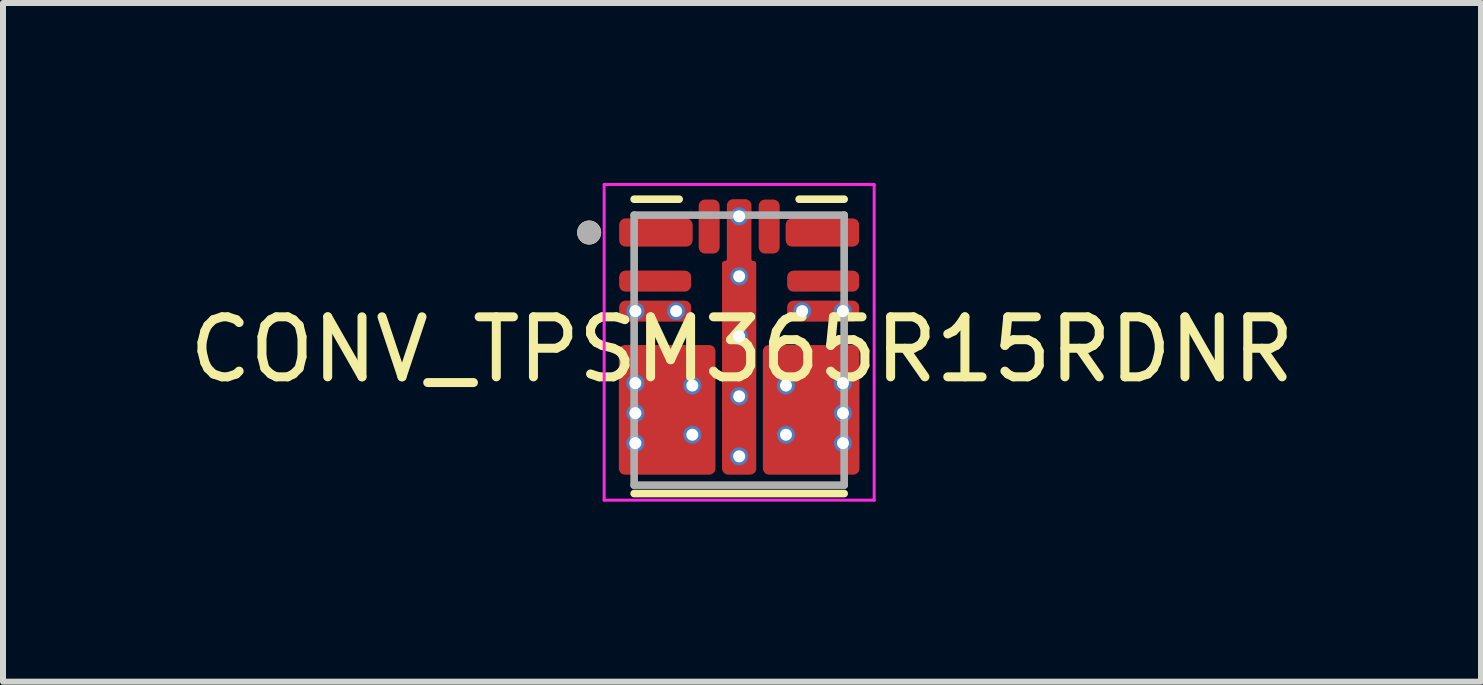
<source format=kicad_pcb>
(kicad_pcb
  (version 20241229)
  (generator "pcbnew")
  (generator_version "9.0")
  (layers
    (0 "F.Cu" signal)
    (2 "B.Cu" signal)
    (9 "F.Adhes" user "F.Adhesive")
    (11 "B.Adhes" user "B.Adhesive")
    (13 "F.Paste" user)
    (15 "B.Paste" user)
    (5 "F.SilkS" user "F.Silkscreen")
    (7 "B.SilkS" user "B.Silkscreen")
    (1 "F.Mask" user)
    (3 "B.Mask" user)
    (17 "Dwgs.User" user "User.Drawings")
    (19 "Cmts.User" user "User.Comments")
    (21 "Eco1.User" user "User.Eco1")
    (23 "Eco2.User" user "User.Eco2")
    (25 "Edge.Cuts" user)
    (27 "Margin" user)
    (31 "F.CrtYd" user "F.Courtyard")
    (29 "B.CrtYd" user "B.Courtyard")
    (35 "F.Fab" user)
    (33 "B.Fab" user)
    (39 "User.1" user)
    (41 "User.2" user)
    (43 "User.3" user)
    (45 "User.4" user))
  (footprint "CONV_TPSM365R15RDNR"
    (placed yes)
    (layer "F.Cu")
    (at 9.268 2.785)
    (property "Reference" "CONV_TPSM365R15RDNR" (at 0.048 -0.01 180) (layer "F.SilkS") (effects (font (size 1 1) (thickness 0.15))))
    (attr through_hole)
    (fp_poly (pts (xy -1.95 -2.095) (xy -1.95 -1.825) (xy -1.95 -1.822) (xy -1.95 -1.82) (xy -1.949 -1.817) (xy -1.949 -1.815) (xy -1.948 -1.812) (xy -1.948 -1.81) (xy -1.947 -1.807) (xy -1.946 -1.805) (xy -1.945 -1.802) (xy -1.943 -1.8) (xy -1.942 -1.798) (xy -1.94 -1.796) (xy -1.939 -1.794) (xy -1.937 -1.792) (xy -1.935 -1.79) (xy -1.933 -1.788) (xy -1.931 -1.786) (xy -1.929 -1.785) (xy -1.927 -1.783) (xy -1.925 -1.782) (xy -1.923 -1.78) (xy -1.92 -1.779) (xy -1.918 -1.778) (xy -1.915 -1.777) (xy -1.913 -1.777) (xy -1.91 -1.776) (xy -1.908 -1.776) (xy -1.905 -1.775) (xy -1.903 -1.775) (xy -1.9 -1.775) (xy -0.875 -1.775) (xy -0.872 -1.775) (xy -0.87 -1.775) (xy -0.867 -1.776) (xy -0.865 -1.776) (xy -0.862 -1.777) (xy -0.86 -1.777) (xy -0.857 -1.778) (xy -0.855 -1.779) (xy -0.852 -1.78) (xy -0.85 -1.782) (xy -0.848 -1.783) (xy -0.846 -1.785) (xy -0.844 -1.786) (xy -0.842 -1.788) (xy -0.84 -1.79) (xy -0.838 -1.792) (xy -0.836 -1.794) (xy -0.835 -1.796) (xy -0.833 -1.798) (xy -0.832 -1.8) (xy -0.83 -1.802) (xy -0.829 -1.805) (xy -0.828 -1.807) (xy -0.827 -1.81) (xy -0.827 -1.812) (xy -0.826 -1.815) (xy -0.826 -1.817) (xy -0.825 -1.82) (xy -0.825 -1.822) (xy -0.825 -1.825) (xy -0.825 -2.095) (xy -0.825 -2.098) (xy -0.825 -2.1) (xy -0.826 -2.103) (xy -0.826 -2.105) (xy -0.827 -2.108) (xy -0.827 -2.11) (xy -0.828 -2.113) (xy -0.829 -2.115) (xy -0.83 -2.118) (xy -0.832 -2.12) (xy -0.833 -2.122) (xy -0.835 -2.124) (xy -0.836 -2.126) (xy -0.838 -2.128) (xy -0.84 -2.13) (xy -0.842 -2.132) (xy -0.844 -2.134) (xy -0.846 -2.135) (xy -0.848 -2.137) (xy -0.85 -2.138) (xy -0.852 -2.14) (xy -0.855 -2.141) (xy -0.857 -2.142) (xy -0.86 -2.143) (xy -0.862 -2.143) (xy -0.865 -2.144) (xy -0.867 -2.144) (xy -0.87 -2.145) (xy -0.872 -2.145) (xy -0.875 -2.145) (xy -1.9 -2.145) (xy -1.903 -2.145) (xy -1.905 -2.145) (xy -1.908 -2.144) (xy -1.91 -2.144) (xy -1.913 -2.143) (xy -1.915 -2.143) (xy -1.918 -2.142) (xy -1.92 -2.141) (xy -1.923 -2.14) (xy -1.925 -2.138) (xy -1.927 -2.137) (xy -1.929 -2.135) (xy -1.931 -2.134) (xy -1.933 -2.132) (xy -1.935 -2.13) (xy -1.937 -2.128) (xy -1.939 -2.126) (xy -1.94 -2.124) (xy -1.942 -2.122) (xy -1.943 -2.12) (xy -1.945 -2.118) (xy -1.946 -2.115) (xy -1.947 -2.113) (xy -1.948 -2.11) (xy -1.948 -2.108) (xy -1.949 -2.105) (xy -1.949 -2.103) (xy -1.95 -2.1) (xy -1.95 -2.098) (xy -1.95 -2.095)) (stroke (width 0.01) (type solid)) (fill yes) (layer "F.Mask"))
    (fp_poly (pts (xy -1.95 -0.725) (xy -1.95 -0.575) (xy -1.95 -0.572) (xy -1.95 -0.57) (xy -1.949 -0.567) (xy -1.949 -0.565) (xy -1.948 -0.562) (xy -1.948 -0.56) (xy -1.947 -0.557) (xy -1.946 -0.555) (xy -1.945 -0.552) (xy -1.943 -0.55) (xy -1.942 -0.548) (xy -1.94 -0.546) (xy -1.939 -0.544) (xy -1.937 -0.542) (xy -1.935 -0.54) (xy -1.933 -0.538) (xy -1.931 -0.536) (xy -1.929 -0.535) (xy -1.927 -0.533) (xy -1.925 -0.532) (xy -1.923 -0.53) (xy -1.92 -0.529) (xy -1.918 -0.528) (xy -1.915 -0.527) (xy -1.913 -0.527) (xy -1.91 -0.526) (xy -1.908 -0.526) (xy -1.905 -0.525) (xy -1.903 -0.525) (xy -1.9 -0.525) (xy -0.9 -0.525) (xy -0.897 -0.525) (xy -0.895 -0.525) (xy -0.892 -0.526) (xy -0.89 -0.526) (xy -0.887 -0.527) (xy -0.885 -0.527) (xy -0.882 -0.528) (xy -0.88 -0.529) (xy -0.877 -0.53) (xy -0.875 -0.532) (xy -0.873 -0.533) (xy -0.871 -0.535) (xy -0.869 -0.536) (xy -0.867 -0.538) (xy -0.865 -0.54) (xy -0.863 -0.542) (xy -0.861 -0.544) (xy -0.86 -0.546) (xy -0.858 -0.548) (xy -0.857 -0.55) (xy -0.855 -0.552) (xy -0.854 -0.555) (xy -0.853 -0.557) (xy -0.852 -0.56) (xy -0.852 -0.562) (xy -0.851 -0.565) (xy -0.851 -0.567) (xy -0.85 -0.57) (xy -0.85 -0.572) (xy -0.85 -0.575) (xy -0.85 -0.725) (xy -0.85 -0.728) (xy -0.85 -0.73) (xy -0.851 -0.733) (xy -0.851 -0.735) (xy -0.852 -0.738) (xy -0.852 -0.74) (xy -0.853 -0.743) (xy -0.854 -0.745) (xy -0.855 -0.748) (xy -0.857 -0.75) (xy -0.858 -0.752) (xy -0.86 -0.754) (xy -0.861 -0.756) (xy -0.863 -0.758) (xy -0.865 -0.76) (xy -0.867 -0.762) (xy -0.869 -0.764) (xy -0.871 -0.765) (xy -0.873 -0.767) (xy -0.875 -0.768) (xy -0.877 -0.77) (xy -0.88 -0.771) (xy -0.882 -0.772) (xy -0.885 -0.773) (xy -0.887 -0.773) (xy -0.89 -0.774) (xy -0.892 -0.774) (xy -0.895 -0.775) (xy -0.897 -0.775) (xy -0.9 -0.775) (xy -1.9 -0.775) (xy -1.903 -0.775) (xy -1.905 -0.775) (xy -1.908 -0.774) (xy -1.91 -0.774) (xy -1.913 -0.773) (xy -1.915 -0.773) (xy -1.918 -0.772) (xy -1.92 -0.771) (xy -1.923 -0.77) (xy -1.925 -0.768) (xy -1.927 -0.767) (xy -1.929 -0.765) (xy -1.931 -0.764) (xy -1.933 -0.762) (xy -1.935 -0.76) (xy -1.937 -0.758) (xy -1.939 -0.756) (xy -1.94 -0.754) (xy -1.942 -0.752) (xy -1.943 -0.75) (xy -1.945 -0.748) (xy -1.946 -0.745) (xy -1.947 -0.743) (xy -1.948 -0.74) (xy -1.948 -0.738) (xy -1.949 -0.735) (xy -1.949 -0.733) (xy -1.95 -0.73) (xy -1.95 -0.728) (xy -1.95 -0.725)) (stroke (width 0.01) (type solid)) (fill yes) (layer "F.Mask"))
    (fp_poly (pts (xy -1.9 -1.025) (xy -1.903 -1.025) (xy -1.905 -1.025) (xy -1.908 -1.026) (xy -1.91 -1.026) (xy -1.913 -1.027) (xy -1.915 -1.027) (xy -1.918 -1.028) (xy -1.92 -1.029) (xy -1.923 -1.03) (xy -1.925 -1.032) (xy -1.927 -1.033) (xy -1.929 -1.035) (xy -1.931 -1.036) (xy -1.933 -1.038) (xy -1.935 -1.04) (xy -1.937 -1.042) (xy -1.939 -1.044) (xy -1.94 -1.046) (xy -1.942 -1.048) (xy -1.943 -1.05) (xy -1.945 -1.052) (xy -1.946 -1.055) (xy -1.947 -1.057) (xy -1.948 -1.06) (xy -1.948 -1.062) (xy -1.949 -1.065) (xy -1.949 -1.067) (xy -1.95 -1.07) (xy -1.95 -1.072) (xy -1.95 -1.075) (xy -1.95 -1.225) (xy -1.95 -1.228) (xy -1.95 -1.23) (xy -1.949 -1.233) (xy -1.949 -1.235) (xy -1.948 -1.238) (xy -1.948 -1.24) (xy -1.947 -1.243) (xy -1.946 -1.245) (xy -1.945 -1.248) (xy -1.943 -1.25) (xy -1.942 -1.252) (xy -1.94 -1.254) (xy -1.939 -1.256) (xy -1.937 -1.258) (xy -1.935 -1.26) (xy -1.933 -1.262) (xy -1.931 -1.264) (xy -1.929 -1.265) (xy -1.927 -1.267) (xy -1.925 -1.268) (xy -1.923 -1.27) (xy -1.92 -1.271) (xy -1.918 -1.272) (xy -1.915 -1.273) (xy -1.913 -1.273) (xy -1.91 -1.274) (xy -1.908 -1.274) (xy -1.905 -1.275) (xy -1.903 -1.275) (xy -1.9 -1.275) (xy -0.9 -1.275) (xy -0.897 -1.275) (xy -0.895 -1.275) (xy -0.892 -1.274) (xy -0.89 -1.274) (xy -0.887 -1.273) (xy -0.885 -1.273) (xy -0.882 -1.272) (xy -0.88 -1.271) (xy -0.877 -1.27) (xy -0.875 -1.268) (xy -0.873 -1.267) (xy -0.871 -1.265) (xy -0.869 -1.264) (xy -0.867 -1.262) (xy -0.865 -1.26) (xy -0.863 -1.258) (xy -0.861 -1.256) (xy -0.86 -1.254) (xy -0.858 -1.252) (xy -0.857 -1.25) (xy -0.855 -1.248) (xy -0.854 -1.245) (xy -0.853 -1.243) (xy -0.852 -1.24) (xy -0.852 -1.238) (xy -0.851 -1.235) (xy -0.851 -1.233) (xy -0.85 -1.23) (xy -0.85 -1.228) (xy -0.85 -1.225) (xy -0.85 -1.075) (xy -0.85 -1.072) (xy -0.85 -1.07) (xy -0.851 -1.067) (xy -0.851 -1.065) (xy -0.852 -1.062) (xy -0.852 -1.06) (xy -0.853 -1.057) (xy -0.854 -1.055) (xy -0.855 -1.052) (xy -0.857 -1.05) (xy -0.858 -1.048) (xy -0.86 -1.046) (xy -0.861 -1.044) (xy -0.863 -1.042) (xy -0.865 -1.04) (xy -0.867 -1.038) (xy -0.869 -1.036) (xy -0.871 -1.035) (xy -0.873 -1.033) (xy -0.875 -1.032) (xy -0.877 -1.03) (xy -0.88 -1.029) (xy -0.882 -1.028) (xy -0.885 -1.027) (xy -0.887 -1.027) (xy -0.89 -1.026) (xy -0.892 -1.026) (xy -0.895 -1.025) (xy -0.897 -1.025) (xy -0.9 -1.025) (xy -1.9 -1.025)) (stroke (width 0.01) (type solid)) (fill yes) (layer "F.Mask"))
    (fp_poly (pts (xy -0.575 -1.66) (xy -0.578 -1.66) (xy -0.58 -1.66) (xy -0.583 -1.661) (xy -0.585 -1.661) (xy -0.588 -1.662) (xy -0.59 -1.662) (xy -0.593 -1.663) (xy -0.595 -1.664) (xy -0.598 -1.665) (xy -0.6 -1.667) (xy -0.602 -1.668) (xy -0.604 -1.67) (xy -0.606 -1.671) (xy -0.608 -1.673) (xy -0.61 -1.675) (xy -0.612 -1.677) (xy -0.614 -1.679) (xy -0.615 -1.681) (xy -0.617 -1.683) (xy -0.618 -1.685) (xy -0.62 -1.687) (xy -0.621 -1.69) (xy -0.622 -1.692) (xy -0.623 -1.695) (xy -0.623 -1.697) (xy -0.624 -1.7) (xy -0.624 -1.702) (xy -0.625 -1.705) (xy -0.625 -1.707) (xy -0.625 -1.71) (xy -0.625 -2.41) (xy -0.625 -2.413) (xy -0.625 -2.415) (xy -0.624 -2.418) (xy -0.624 -2.42) (xy -0.623 -2.423) (xy -0.623 -2.425) (xy -0.622 -2.428) (xy -0.621 -2.43) (xy -0.62 -2.433) (xy -0.618 -2.435) (xy -0.617 -2.437) (xy -0.615 -2.439) (xy -0.614 -2.441) (xy -0.612 -2.443) (xy -0.61 -2.445) (xy -0.608 -2.447) (xy -0.606 -2.449) (xy -0.604 -2.45) (xy -0.602 -2.452) (xy -0.6 -2.453) (xy -0.598 -2.455) (xy -0.595 -2.456) (xy -0.593 -2.457) (xy -0.59 -2.458) (xy -0.588 -2.458) (xy -0.585 -2.459) (xy -0.583 -2.459) (xy -0.58 -2.46) (xy -0.578 -2.46) (xy -0.575 -2.46) (xy -0.425 -2.46) (xy -0.422 -2.46) (xy -0.42 -2.46) (xy -0.417 -2.459) (xy -0.415 -2.459) (xy -0.412 -2.458) (xy -0.41 -2.458) (xy -0.407 -2.457) (xy -0.405 -2.456) (xy -0.402 -2.455) (xy -0.4 -2.453) (xy -0.398 -2.452) (xy -0.396 -2.45) (xy -0.394 -2.449) (xy -0.392 -2.447) (xy -0.39 -2.445) (xy -0.388 -2.443) (xy -0.386 -2.441) (xy -0.385 -2.439) (xy -0.383 -2.437) (xy -0.382 -2.435) (xy -0.38 -2.433) (xy -0.379 -2.43) (xy -0.378 -2.428) (xy -0.377 -2.425) (xy -0.377 -2.423) (xy -0.376 -2.42) (xy -0.376 -2.418) (xy -0.375 -2.415) (xy -0.375 -2.413) (xy -0.375 -2.41) (xy -0.375 -1.71) (xy -0.375 -1.707) (xy -0.375 -1.705) (xy -0.376 -1.702) (xy -0.376 -1.7) (xy -0.377 -1.697) (xy -0.377 -1.695) (xy -0.378 -1.692) (xy -0.379 -1.69) (xy -0.38 -1.687) (xy -0.382 -1.685) (xy -0.383 -1.683) (xy -0.385 -1.681) (xy -0.386 -1.679) (xy -0.388 -1.677) (xy -0.39 -1.675) (xy -0.392 -1.673) (xy -0.394 -1.671) (xy -0.396 -1.67) (xy -0.398 -1.668) (xy -0.4 -1.667) (xy -0.402 -1.665) (xy -0.405 -1.664) (xy -0.407 -1.663) (xy -0.41 -1.662) (xy -0.412 -1.662) (xy -0.415 -1.661) (xy -0.417 -1.661) (xy -0.42 -1.66) (xy -0.422 -1.66) (xy -0.425 -1.66) (xy -0.575 -1.66)) (stroke (width 0.01) (type solid)) (fill yes) (layer "F.Mask"))
    (fp_poly (pts (xy -0.1 -0.94) (xy -0.103 -0.94) (xy -0.105 -0.94) (xy -0.108 -0.941) (xy -0.11 -0.941) (xy -0.113 -0.942) (xy -0.115 -0.942) (xy -0.118 -0.943) (xy -0.12 -0.944) (xy -0.123 -0.945) (xy -0.125 -0.947) (xy -0.127 -0.948) (xy -0.129 -0.95) (xy -0.131 -0.951) (xy -0.133 -0.953) (xy -0.135 -0.955) (xy -0.137 -0.957) (xy -0.139 -0.959) (xy -0.14 -0.961) (xy -0.142 -0.963) (xy -0.143 -0.965) (xy -0.145 -0.967) (xy -0.146 -0.97) (xy -0.147 -0.972) (xy -0.148 -0.975) (xy -0.148 -0.977) (xy -0.149 -0.98) (xy -0.149 -0.982) (xy -0.15 -0.985) (xy -0.15 -0.987) (xy -0.15 -0.99) (xy -0.15 -2.41) (xy -0.15 -2.413) (xy -0.15 -2.415) (xy -0.149 -2.418) (xy -0.149 -2.42) (xy -0.148 -2.423) (xy -0.148 -2.425) (xy -0.147 -2.428) (xy -0.146 -2.43) (xy -0.145 -2.433) (xy -0.143 -2.435) (xy -0.142 -2.437) (xy -0.14 -2.439) (xy -0.139 -2.441) (xy -0.137 -2.443) (xy -0.135 -2.445) (xy -0.133 -2.447) (xy -0.131 -2.449) (xy -0.129 -2.45) (xy -0.127 -2.452) (xy -0.125 -2.453) (xy -0.123 -2.455) (xy -0.12 -2.456) (xy -0.118 -2.457) (xy -0.115 -2.458) (xy -0.113 -2.458) (xy -0.11 -2.459) (xy -0.108 -2.459) (xy -0.105 -2.46) (xy -0.103 -2.46) (xy -0.1 -2.46) (xy 0.1 -2.46) (xy 0.103 -2.46) (xy 0.105 -2.46) (xy 0.108 -2.459) (xy 0.11 -2.459) (xy 0.113 -2.458) (xy 0.115 -2.458) (xy 0.118 -2.457) (xy 0.12 -2.456) (xy 0.123 -2.455) (xy 0.125 -2.453) (xy 0.127 -2.452) (xy 0.129 -2.45) (xy 0.131 -2.449) (xy 0.133 -2.447) (xy 0.135 -2.445) (xy 0.137 -2.443) (xy 0.139 -2.441) (xy 0.14 -2.439) (xy 0.142 -2.437) (xy 0.143 -2.435) (xy 0.145 -2.433) (xy 0.146 -2.43) (xy 0.147 -2.428) (xy 0.148 -2.425) (xy 0.148 -2.423) (xy 0.149 -2.42) (xy 0.149 -2.418) (xy 0.15 -2.415) (xy 0.15 -2.413) (xy 0.15 -2.41) (xy 0.15 -0.99) (xy 0.15 -0.987) (xy 0.15 -0.985) (xy 0.149 -0.982) (xy 0.149 -0.98) (xy 0.148 -0.977) (xy 0.148 -0.975) (xy 0.147 -0.972) (xy 0.146 -0.97) (xy 0.145 -0.967) (xy 0.143 -0.965) (xy 0.142 -0.963) (xy 0.14 -0.961) (xy 0.139 -0.959) (xy 0.137 -0.957) (xy 0.135 -0.955) (xy 0.133 -0.953) (xy 0.131 -0.951) (xy 0.129 -0.95) (xy 0.127 -0.948) (xy 0.125 -0.947) (xy 0.123 -0.945) (xy 0.12 -0.944) (xy 0.118 -0.943) (xy 0.115 -0.942) (xy 0.113 -0.942) (xy 0.11 -0.941) (xy 0.108 -0.941) (xy 0.105 -0.94) (xy 0.103 -0.94) (xy 0.1 -0.94) (xy -0.1 -0.94)) (stroke (width 0.01) (type solid)) (fill yes) (layer "F.Mask"))
    (fp_poly (pts (xy 0.575 -1.66) (xy 0.578 -1.66) (xy 0.58 -1.66) (xy 0.583 -1.661) (xy 0.585 -1.661) (xy 0.588 -1.662) (xy 0.59 -1.662) (xy 0.593 -1.663) (xy 0.595 -1.664) (xy 0.598 -1.665) (xy 0.6 -1.667) (xy 0.602 -1.668) (xy 0.604 -1.67) (xy 0.606 -1.671) (xy 0.608 -1.673) (xy 0.61 -1.675) (xy 0.612 -1.677) (xy 0.614 -1.679) (xy 0.615 -1.681) (xy 0.617 -1.683) (xy 0.618 -1.685) (xy 0.62 -1.687) (xy 0.621 -1.69) (xy 0.622 -1.692) (xy 0.623 -1.695) (xy 0.623 -1.697) (xy 0.624 -1.7) (xy 0.624 -1.702) (xy 0.625 -1.705) (xy 0.625 -1.707) (xy 0.625 -1.71) (xy 0.625 -2.41) (xy 0.625 -2.413) (xy 0.625 -2.415) (xy 0.624 -2.418) (xy 0.624 -2.42) (xy 0.623 -2.423) (xy 0.623 -2.425) (xy 0.622 -2.428) (xy 0.621 -2.43) (xy 0.62 -2.433) (xy 0.618 -2.435) (xy 0.617 -2.437) (xy 0.615 -2.439) (xy 0.614 -2.441) (xy 0.612 -2.443) (xy 0.61 -2.445) (xy 0.608 -2.447) (xy 0.606 -2.449) (xy 0.604 -2.45) (xy 0.602 -2.452) (xy 0.6 -2.453) (xy 0.598 -2.455) (xy 0.595 -2.456) (xy 0.593 -2.457) (xy 0.59 -2.458) (xy 0.588 -2.458) (xy 0.585 -2.459) (xy 0.583 -2.459) (xy 0.58 -2.46) (xy 0.578 -2.46) (xy 0.575 -2.46) (xy 0.425 -2.46) (xy 0.422 -2.46) (xy 0.42 -2.46) (xy 0.417 -2.459) (xy 0.415 -2.459) (xy 0.412 -2.458) (xy 0.41 -2.458) (xy 0.407 -2.457) (xy 0.405 -2.456) (xy 0.402 -2.455) (xy 0.4 -2.453) (xy 0.398 -2.452) (xy 0.396 -2.45) (xy 0.394 -2.449) (xy 0.392 -2.447) (xy 0.39 -2.445) (xy 0.388 -2.443) (xy 0.386 -2.441) (xy 0.385 -2.439) (xy 0.383 -2.437) (xy 0.382 -2.435) (xy 0.38 -2.433) (xy 0.379 -2.43) (xy 0.378 -2.428) (xy 0.377 -2.425) (xy 0.377 -2.423) (xy 0.376 -2.42) (xy 0.376 -2.418) (xy 0.375 -2.415) (xy 0.375 -2.413) (xy 0.375 -2.41) (xy 0.375 -1.71) (xy 0.375 -1.707) (xy 0.375 -1.705) (xy 0.376 -1.702) (xy 0.376 -1.7) (xy 0.377 -1.697) (xy 0.377 -1.695) (xy 0.378 -1.692) (xy 0.379 -1.69) (xy 0.38 -1.687) (xy 0.382 -1.685) (xy 0.383 -1.683) (xy 0.385 -1.681) (xy 0.386 -1.679) (xy 0.388 -1.677) (xy 0.39 -1.675) (xy 0.392 -1.673) (xy 0.394 -1.671) (xy 0.396 -1.67) (xy 0.398 -1.668) (xy 0.4 -1.667) (xy 0.402 -1.665) (xy 0.405 -1.664) (xy 0.407 -1.663) (xy 0.41 -1.662) (xy 0.412 -1.662) (xy 0.415 -1.661) (xy 0.417 -1.661) (xy 0.42 -1.66) (xy 0.422 -1.66) (xy 0.425 -1.66) (xy 0.575 -1.66)) (stroke (width 0.01) (type solid)) (fill yes) (layer "F.Mask"))
    (fp_poly (pts (xy 1.9 -1.025) (xy 1.903 -1.025) (xy 1.905 -1.025) (xy 1.908 -1.026) (xy 1.91 -1.026) (xy 1.913 -1.027) (xy 1.915 -1.027) (xy 1.918 -1.028) (xy 1.92 -1.029) (xy 1.923 -1.03) (xy 1.925 -1.032) (xy 1.927 -1.033) (xy 1.929 -1.035) (xy 1.931 -1.036) (xy 1.933 -1.038) (xy 1.935 -1.04) (xy 1.937 -1.042) (xy 1.939 -1.044) (xy 1.94 -1.046) (xy 1.942 -1.048) (xy 1.943 -1.05) (xy 1.945 -1.052) (xy 1.946 -1.055) (xy 1.947 -1.057) (xy 1.948 -1.06) (xy 1.948 -1.062) (xy 1.949 -1.065) (xy 1.949 -1.067) (xy 1.95 -1.07) (xy 1.95 -1.072) (xy 1.95 -1.075) (xy 1.95 -1.225) (xy 1.95 -1.228) (xy 1.95 -1.23) (xy 1.949 -1.233) (xy 1.949 -1.235) (xy 1.948 -1.238) (xy 1.948 -1.24) (xy 1.947 -1.243) (xy 1.946 -1.245) (xy 1.945 -1.248) (xy 1.943 -1.25) (xy 1.942 -1.252) (xy 1.94 -1.254) (xy 1.939 -1.256) (xy 1.937 -1.258) (xy 1.935 -1.26) (xy 1.933 -1.262) (xy 1.931 -1.264) (xy 1.929 -1.265) (xy 1.927 -1.267) (xy 1.925 -1.268) (xy 1.923 -1.27) (xy 1.92 -1.271) (xy 1.918 -1.272) (xy 1.915 -1.273) (xy 1.913 -1.273) (xy 1.91 -1.274) (xy 1.908 -1.274) (xy 1.905 -1.275) (xy 1.903 -1.275) (xy 1.9 -1.275) (xy 0.9 -1.275) (xy 0.897 -1.275) (xy 0.895 -1.275) (xy 0.892 -1.274) (xy 0.89 -1.274) (xy 0.887 -1.273) (xy 0.885 -1.273) (xy 0.882 -1.272) (xy 0.88 -1.271) (xy 0.877 -1.27) (xy 0.875 -1.268) (xy 0.873 -1.267) (xy 0.871 -1.265) (xy 0.869 -1.264) (xy 0.867 -1.262) (xy 0.865 -1.26) (xy 0.863 -1.258) (xy 0.861 -1.256) (xy 0.86 -1.254) (xy 0.858 -1.252) (xy 0.857 -1.25) (xy 0.855 -1.248) (xy 0.854 -1.245) (xy 0.853 -1.243) (xy 0.852 -1.24) (xy 0.852 -1.238) (xy 0.851 -1.235) (xy 0.851 -1.233) (xy 0.85 -1.23) (xy 0.85 -1.228) (xy 0.85 -1.225) (xy 0.85 -1.075) (xy 0.85 -1.072) (xy 0.85 -1.07) (xy 0.851 -1.067) (xy 0.851 -1.065) (xy 0.852 -1.062) (xy 0.852 -1.06) (xy 0.853 -1.057) (xy 0.854 -1.055) (xy 0.855 -1.052) (xy 0.857 -1.05) (xy 0.858 -1.048) (xy 0.86 -1.046) (xy 0.861 -1.044) (xy 0.863 -1.042) (xy 0.865 -1.04) (xy 0.867 -1.038) (xy 0.869 -1.036) (xy 0.871 -1.035) (xy 0.873 -1.033) (xy 0.875 -1.032) (xy 0.877 -1.03) (xy 0.88 -1.029) (xy 0.882 -1.028) (xy 0.885 -1.027) (xy 0.887 -1.027) (xy 0.89 -1.026) (xy 0.892 -1.026) (xy 0.895 -1.025) (xy 0.897 -1.025) (xy 0.9 -1.025) (xy 1.9 -1.025)) (stroke (width 0.01) (type solid)) (fill yes) (layer "F.Mask"))
    (fp_poly (pts (xy 1.95 -2.095) (xy 1.95 -1.825) (xy 1.95 -1.822) (xy 1.95 -1.82) (xy 1.949 -1.817) (xy 1.949 -1.815) (xy 1.948 -1.812) (xy 1.948 -1.81) (xy 1.947 -1.807) (xy 1.946 -1.805) (xy 1.945 -1.802) (xy 1.943 -1.8) (xy 1.942 -1.798) (xy 1.94 -1.796) (xy 1.939 -1.794) (xy 1.937 -1.792) (xy 1.935 -1.79) (xy 1.933 -1.788) (xy 1.931 -1.786) (xy 1.929 -1.785) (xy 1.927 -1.783) (xy 1.925 -1.782) (xy 1.923 -1.78) (xy 1.92 -1.779) (xy 1.918 -1.778) (xy 1.915 -1.777) (xy 1.913 -1.777) (xy 1.91 -1.776) (xy 1.908 -1.776) (xy 1.905 -1.775) (xy 1.903 -1.775) (xy 1.9 -1.775) (xy 0.875 -1.775) (xy 0.872 -1.775) (xy 0.87 -1.775) (xy 0.867 -1.776) (xy 0.865 -1.776) (xy 0.862 -1.777) (xy 0.86 -1.777) (xy 0.857 -1.778) (xy 0.855 -1.779) (xy 0.852 -1.78) (xy 0.85 -1.782) (xy 0.848 -1.783) (xy 0.846 -1.785) (xy 0.844 -1.786) (xy 0.842 -1.788) (xy 0.84 -1.79) (xy 0.838 -1.792) (xy 0.836 -1.794) (xy 0.835 -1.796) (xy 0.833 -1.798) (xy 0.832 -1.8) (xy 0.83 -1.802) (xy 0.829 -1.805) (xy 0.828 -1.807) (xy 0.827 -1.81) (xy 0.827 -1.812) (xy 0.826 -1.815) (xy 0.826 -1.817) (xy 0.825 -1.82) (xy 0.825 -1.822) (xy 0.825 -1.825) (xy 0.825 -2.095) (xy 0.825 -2.098) (xy 0.825 -2.1) (xy 0.826 -2.103) (xy 0.826 -2.105) (xy 0.827 -2.108) (xy 0.827 -2.11) (xy 0.828 -2.113) (xy 0.829 -2.115) (xy 0.83 -2.118) (xy 0.832 -2.12) (xy 0.833 -2.122) (xy 0.835 -2.124) (xy 0.836 -2.126) (xy 0.838 -2.128) (xy 0.84 -2.13) (xy 0.842 -2.132) (xy 0.844 -2.134) (xy 0.846 -2.135) (xy 0.848 -2.137) (xy 0.85 -2.138) (xy 0.852 -2.14) (xy 0.855 -2.141) (xy 0.857 -2.142) (xy 0.86 -2.143) (xy 0.862 -2.143) (xy 0.865 -2.144) (xy 0.867 -2.144) (xy 0.87 -2.145) (xy 0.872 -2.145) (xy 0.875 -2.145) (xy 1.9 -2.145) (xy 1.903 -2.145) (xy 1.905 -2.145) (xy 1.908 -2.144) (xy 1.91 -2.144) (xy 1.913 -2.143) (xy 1.915 -2.143) (xy 1.918 -2.142) (xy 1.92 -2.141) (xy 1.923 -2.14) (xy 1.925 -2.138) (xy 1.927 -2.137) (xy 1.929 -2.135) (xy 1.931 -2.134) (xy 1.933 -2.132) (xy 1.935 -2.13) (xy 1.937 -2.128) (xy 1.939 -2.126) (xy 1.94 -2.124) (xy 1.942 -2.122) (xy 1.943 -2.12) (xy 1.945 -2.118) (xy 1.946 -2.115) (xy 1.947 -2.113) (xy 1.948 -2.11) (xy 1.948 -2.108) (xy 1.949 -2.105) (xy 1.949 -2.103) (xy 1.95 -2.1) (xy 1.95 -2.098) (xy 1.95 -2.095)) (stroke (width 0.01) (type solid)) (fill yes) (layer "F.Mask"))
    (fp_poly (pts (xy 1.95 -0.725) (xy 1.95 -0.575) (xy 1.95 -0.572) (xy 1.95 -0.57) (xy 1.949 -0.567) (xy 1.949 -0.565) (xy 1.948 -0.562) (xy 1.948 -0.56) (xy 1.947 -0.557) (xy 1.946 -0.555) (xy 1.945 -0.552) (xy 1.943 -0.55) (xy 1.942 -0.548) (xy 1.94 -0.546) (xy 1.939 -0.544) (xy 1.937 -0.542) (xy 1.935 -0.54) (xy 1.933 -0.538) (xy 1.931 -0.536) (xy 1.929 -0.535) (xy 1.927 -0.533) (xy 1.925 -0.532) (xy 1.923 -0.53) (xy 1.92 -0.529) (xy 1.918 -0.528) (xy 1.915 -0.527) (xy 1.913 -0.527) (xy 1.91 -0.526) (xy 1.908 -0.526) (xy 1.905 -0.525) (xy 1.903 -0.525) (xy 1.9 -0.525) (xy 0.9 -0.525) (xy 0.897 -0.525) (xy 0.895 -0.525) (xy 0.892 -0.526) (xy 0.89 -0.526) (xy 0.887 -0.527) (xy 0.885 -0.527) (xy 0.882 -0.528) (xy 0.88 -0.529) (xy 0.877 -0.53) (xy 0.875 -0.532) (xy 0.873 -0.533) (xy 0.871 -0.535) (xy 0.869 -0.536) (xy 0.867 -0.538) (xy 0.865 -0.54) (xy 0.863 -0.542) (xy 0.861 -0.544) (xy 0.86 -0.546) (xy 0.858 -0.548) (xy 0.857 -0.55) (xy 0.855 -0.552) (xy 0.854 -0.555) (xy 0.853 -0.557) (xy 0.852 -0.56) (xy 0.852 -0.562) (xy 0.851 -0.565) (xy 0.851 -0.567) (xy 0.85 -0.57) (xy 0.85 -0.572) (xy 0.85 -0.575) (xy 0.85 -0.725) (xy 0.85 -0.728) (xy 0.85 -0.73) (xy 0.851 -0.733) (xy 0.851 -0.735) (xy 0.852 -0.738) (xy 0.852 -0.74) (xy 0.853 -0.743) (xy 0.854 -0.745) (xy 0.855 -0.748) (xy 0.857 -0.75) (xy 0.858 -0.752) (xy 0.86 -0.754) (xy 0.861 -0.756) (xy 0.863 -0.758) (xy 0.865 -0.76) (xy 0.867 -0.762) (xy 0.869 -0.764) (xy 0.871 -0.765) (xy 0.873 -0.767) (xy 0.875 -0.768) (xy 0.877 -0.77) (xy 0.88 -0.771) (xy 0.882 -0.772) (xy 0.885 -0.773) (xy 0.887 -0.773) (xy 0.89 -0.774) (xy 0.892 -0.774) (xy 0.895 -0.775) (xy 0.897 -0.775) (xy 0.9 -0.775) (xy 1.9 -0.775) (xy 1.903 -0.775) (xy 1.905 -0.775) (xy 1.908 -0.774) (xy 1.91 -0.774) (xy 1.913 -0.773) (xy 1.915 -0.773) (xy 1.918 -0.772) (xy 1.92 -0.771) (xy 1.923 -0.77) (xy 1.925 -0.768) (xy 1.927 -0.767) (xy 1.929 -0.765) (xy 1.931 -0.764) (xy 1.933 -0.762) (xy 1.935 -0.76) (xy 1.937 -0.758) (xy 1.939 -0.756) (xy 1.94 -0.754) (xy 1.942 -0.752) (xy 1.943 -0.75) (xy 1.945 -0.748) (xy 1.946 -0.745) (xy 1.947 -0.743) (xy 1.948 -0.74) (xy 1.948 -0.738) (xy 1.949 -0.735) (xy 1.949 -0.733) (xy 1.95 -0.73) (xy 1.95 -0.728) (xy 1.95 -0.725)) (stroke (width 0.01) (type solid)) (fill yes) (layer "F.Mask"))
    (fp_poly (pts (xy -1.95 1.72) (xy -1.95 1.87) (xy -1.95 1.873) (xy -1.95 1.875) (xy -1.949 1.878) (xy -1.949 1.88) (xy -1.948 1.883) (xy -1.948 1.885) (xy -1.947 1.888) (xy -1.946 1.89) (xy -1.945 1.893) (xy -1.943 1.895) (xy -1.942 1.897) (xy -1.94 1.899) (xy -1.939 1.901) (xy -1.937 1.903) (xy -1.935 1.905) (xy -1.933 1.907) (xy -1.931 1.909) (xy -1.929 1.91) (xy -1.927 1.912) (xy -1.925 1.913) (xy -1.923 1.915) (xy -1.92 1.916) (xy -1.918 1.917) (xy -1.915 1.918) (xy -1.913 1.918) (xy -1.91 1.919) (xy -1.908 1.919) (xy -1.905 1.92) (xy -1.903 1.92) (xy -1.9 1.92) (xy -1.625 1.92) (xy -1.622 1.92) (xy -1.62 1.92) (xy -1.617 1.921) (xy -1.615 1.921) (xy -1.612 1.922) (xy -1.61 1.922) (xy -1.607 1.923) (xy -1.605 1.924) (xy -1.602 1.925) (xy -1.6 1.927) (xy -1.598 1.928) (xy -1.596 1.93) (xy -1.594 1.931) (xy -1.592 1.933) (xy -1.59 1.935) (xy -1.588 1.937) (xy -1.586 1.939) (xy -1.585 1.941) (xy -1.583 1.943) (xy -1.582 1.945) (xy -1.58 1.947) (xy -1.579 1.95) (xy -1.578 1.952) (xy -1.577 1.955) (xy -1.577 1.957) (xy -1.576 1.96) (xy -1.576 1.962) (xy -1.575 1.965) (xy -1.575 1.967) (xy -1.575 1.97) (xy -1.575 1.973) (xy -1.575 1.975) (xy -1.574 1.978) (xy -1.574 1.98) (xy -1.573 1.983) (xy -1.573 1.985) (xy -1.572 1.988) (xy -1.571 1.99) (xy -1.57 1.993) (xy -1.568 1.995) (xy -1.567 1.997) (xy -1.565 1.999) (xy -1.564 2.001) (xy -1.562 2.003) (xy -1.56 2.005) (xy -1.558 2.007) (xy -1.556 2.009) (xy -1.554 2.01) (xy -1.552 2.012) (xy -1.55 2.013) (xy -1.548 2.015) (xy -1.545 2.016) (xy -1.543 2.017) (xy -1.54 2.018) (xy -1.538 2.018) (xy -1.535 2.019) (xy -1.533 2.019) (xy -1.53 2.02) (xy -1.528 2.02) (xy -1.525 2.02) (xy -0.5 2.02) (xy -0.497 2.02) (xy -0.495 2.02) (xy -0.492 2.019) (xy -0.49 2.019) (xy -0.487 2.018) (xy -0.485 2.018) (xy -0.482 2.017) (xy -0.48 2.016) (xy -0.477 2.015) (xy -0.475 2.013) (xy -0.473 2.012) (xy -0.471 2.01) (xy -0.469 2.009) (xy -0.467 2.007) (xy -0.465 2.005) (xy -0.463 2.003) (xy -0.461 2.001) (xy -0.46 1.999) (xy -0.458 1.997) (xy -0.457 1.995) (xy -0.455 1.993) (xy -0.454 1.99) (xy -0.453 1.988) (xy -0.452 1.985) (xy -0.452 1.983) (xy -0.451 1.98) (xy -0.451 1.978) (xy -0.45 1.975) (xy -0.45 1.973) (xy -0.45 1.97) (xy -0.45 0.02) (xy -0.45 0.017) (xy -0.45 0.015) (xy -0.451 0.012) (xy -0.451 0.01) (xy -0.452 0.007) (xy -0.452 0.005) (xy -0.453 0.002) (xy -0.454 0) (xy -0.455 -0.003) (xy -0.457 -0.005) (xy -0.458 -0.007) (xy -0.46 -0.009) (xy -0.461 -0.011) (xy -0.463 -0.013) (xy -0.465 -0.015) (xy -0.467 -0.017) (xy -0.469 -0.019) (xy -0.471 -0.02) (xy -0.473 -0.022) (xy -0.475 -0.023) (xy -0.477 -0.025) (xy -0.48 -0.026) (xy -0.482 -0.027) (xy -0.485 -0.028) (xy -0.487 -0.028) (xy -0.49 -0.029) (xy -0.492 -0.029) (xy -0.495 -0.03) (xy -0.497 -0.03) (xy -0.5 -0.03) (xy -1.525 -0.03) (xy -1.528 -0.03) (xy -1.53 -0.03) (xy -1.533 -0.029) (xy -1.535 -0.029) (xy -1.538 -0.028) (xy -1.54 -0.028) (xy -1.543 -0.027) (xy -1.545 -0.026) (xy -1.548 -0.025) (xy -1.55 -0.023) (xy -1.552 -0.022) (xy -1.554 -0.02) (xy -1.556 -0.019) (xy -1.558 -0.017) (xy -1.56 -0.015) (xy -1.562 -0.013) (xy -1.564 -0.011) (xy -1.565 -0.009) (xy -1.567 -0.007) (xy -1.568 -0.005) (xy -1.57 -0.003) (xy -1.571 0) (xy -1.572 0.002) (xy -1.573 0.005) (xy -1.573 0.007) (xy -1.574 0.01) (xy -1.574 0.012) (xy -1.575 0.015) (xy -1.575 0.017) (xy -1.575 0.02) (xy -1.575 0.12) (xy -1.575 0.123) (xy -1.575 0.125) (xy -1.576 0.128) (xy -1.576 0.13) (xy -1.577 0.133) (xy -1.577 0.135) (xy -1.578 0.138) (xy -1.579 0.14) (xy -1.58 0.143) (xy -1.582 0.145) (xy -1.583 0.147) (xy -1.585 0.149) (xy -1.586 0.151) (xy -1.588 0.153) (xy -1.59 0.155) (xy -1.592 0.157) (xy -1.594 0.159) (xy -1.596 0.16) (xy -1.598 0.162) (xy -1.6 0.163) (xy -1.602 0.165) (xy -1.605 0.166) (xy -1.607 0.167) (xy -1.61 0.168) (xy -1.612 0.168) (xy -1.615 0.169) (xy -1.617 0.169) (xy -1.62 0.17) (xy -1.622 0.17) (xy -1.625 0.17) (xy -1.9 0.17) (xy -1.903 0.17) (xy -1.905 0.17) (xy -1.908 0.171) (xy -1.91 0.171) (xy -1.913 0.172) (xy -1.915 0.172) (xy -1.918 0.173) (xy -1.92 0.174) (xy -1.923 0.175) (xy -1.925 0.177) (xy -1.927 0.178) (xy -1.929 0.18) (xy -1.931 0.181) (xy -1.933 0.183) (xy -1.935 0.185) (xy -1.937 0.187) (xy -1.939 0.189) (xy -1.94 0.191) (xy -1.942 0.193) (xy -1.943 0.195) (xy -1.945 0.197) (xy -1.946 0.2) (xy -1.947 0.202) (xy -1.948 0.205) (xy -1.948 0.207) (xy -1.949 0.21) (xy -1.949 0.212) (xy -1.95 0.215) (xy -1.95 0.217) (xy -1.95 0.22) (xy -1.95 0.37) (xy -1.95 0.373) (xy -1.95 0.375) (xy -1.949 0.378) (xy -1.949 0.38) (xy -1.948 0.383) (xy -1.948 0.385) (xy -1.947 0.388) (xy -1.946 0.39) (xy -1.945 0.393) (xy -1.943 0.395) (xy -1.942 0.397) (xy -1.94 0.399) (xy -1.939 0.401) (xy -1.937 0.403) (xy -1.935 0.405) (xy -1.933 0.407) (xy -1.931 0.409) (xy -1.929 0.41) (xy -1.927 0.412) (xy -1.925 0.413) (xy -1.923 0.415) (xy -1.92 0.416) (xy -1.918 0.417) (xy -1.915 0.418) (xy -1.913 0.418) (xy -1.91 0.419) (xy -1.908 0.419) (xy -1.905 0.42) (xy -1.903 0.42) (xy -1.9 0.42) (xy -1.625 0.42) (xy -1.622 0.42) (xy -1.62 0.42) (xy -1.617 0.421) (xy -1.615 0.421) (xy -1.612 0.422) (xy -1.61 0.422) (xy -1.607 0.423) (xy -1.605 0.424) (xy -1.602 0.425) (xy -1.6 0.427) (xy -1.598 0.428) (xy -1.596 0.43) (xy -1.594 0.431) (xy -1.592 0.433) (xy -1.59 0.435) (xy -1.588 0.437) (xy -1.586 0.439) (xy -1.585 0.441) (xy -1.583 0.443) (xy -1.582 0.445) (xy -1.58 0.447) (xy -1.579 0.45) (xy -1.578 0.452) (xy -1.577 0.455) (xy -1.577 0.457) (xy -1.576 0.46) (xy -1.576 0.462) (xy -1.575 0.465) (xy -1.575 0.467) (xy -1.575 0.47) (xy -1.575 0.62) (xy -1.575 0.623) (xy -1.575 0.625) (xy -1.576 0.628) (xy -1.576 0.63) (xy -1.577 0.633) (xy -1.577 0.635) (xy -1.578 0.638) (xy -1.579 0.64) (xy -1.58 0.643) (xy -1.582 0.645) (xy -1.583 0.647) (xy -1.585 0.649) (xy -1.586 0.651) (xy -1.588 0.653) (xy -1.59 0.655) (xy -1.592 0.657) (xy -1.594 0.659) (xy -1.596 0.66) (xy -1.598 0.662) (xy -1.6 0.663) (xy -1.602 0.665) (xy -1.605 0.666) (xy -1.607 0.667) (xy -1.61 0.668) (xy -1.612 0.668) (xy -1.615 0.669) (xy -1.617 0.669) (xy -1.62 0.67) (xy -1.622 0.67) (xy -1.625 0.67) (xy -1.9 0.67) (xy -1.903 0.67) (xy -1.905 0.67) (xy -1.908 0.671) (xy -1.91 0.671) (xy -1.913 0.672) (xy -1.915 0.672) (xy -1.918 0.673) (xy -1.92 0.674) (xy -1.923 0.675) (xy -1.925 0.677) (xy -1.927 0.678) (xy -1.929 0.68) (xy -1.931 0.681) (xy -1.933 0.683) (xy -1.935 0.685) (xy -1.937 0.687) (xy -1.939 0.689) (xy -1.94 0.691) (xy -1.942 0.693) (xy -1.943 0.695) (xy -1.945 0.697) (xy -1.946 0.7) (xy -1.947 0.702) (xy -1.948 0.705) (xy -1.948 0.707) (xy -1.949 0.71) (xy -1.949 0.712) (xy -1.95 0.715) (xy -1.95 0.717) (xy -1.95 0.72) (xy -1.95 0.87) (xy -1.95 0.873) (xy -1.95 0.875) (xy -1.949 0.878) (xy -1.949 0.88) (xy -1.948 0.883) (xy -1.948 0.885) (xy -1.947 0.888) (xy -1.946 0.89) (xy -1.945 0.893) (xy -1.943 0.895) (xy -1.942 0.897) (xy -1.94 0.899) (xy -1.939 0.901) (xy -1.937 0.903) (xy -1.935 0.905) (xy -1.933 0.907) (xy -1.931 0.909) (xy -1.929 0.91) (xy -1.927 0.912) (xy -1.925 0.913) (xy -1.923 0.915) (xy -1.92 0.916) (xy -1.918 0.917) (xy -1.915 0.918) (xy -1.913 0.918) (xy -1.91 0.919) (xy -1.908 0.919) (xy -1.905 0.92) (xy -1.903 0.92) (xy -1.9 0.92) (xy -1.625 0.92) (xy -1.622 0.92) (xy -1.62 0.92) (xy -1.617 0.921) (xy -1.615 0.921) (xy -1.612 0.922) (xy -1.61 0.922) (xy -1.607 0.923) (xy -1.605 0.924) (xy -1.602 0.925) (xy -1.6 0.927) (xy -1.598 0.928) (xy -1.596 0.93) (xy -1.594 0.931) (xy -1.592 0.933) (xy -1.59 0.935) (xy -1.588 0.937) (xy -1.586 0.939) (xy -1.585 0.941) (xy -1.583 0.943) (xy -1.582 0.945) (xy -1.58 0.947) (xy -1.579 0.95) (xy -1.578 0.952) (xy -1.577 0.955) (xy -1.577 0.957) (xy -1.576 0.96) (xy -1.576 0.962) (xy -1.575 0.965) (xy -1.575 0.967) (xy -1.575 0.97) (xy -1.575 1.12) (xy -1.575 1.123) (xy -1.575 1.125) (xy -1.576 1.128) (xy -1.576 1.13) (xy -1.577 1.133) (xy -1.577 1.135) (xy -1.578 1.138) (xy -1.579 1.14) (xy -1.58 1.143) (xy -1.582 1.145) (xy -1.583 1.147) (xy -1.585 1.149) (xy -1.586 1.151) (xy -1.588 1.153) (xy -1.59 1.155) (xy -1.592 1.157) (xy -1.594 1.159) (xy -1.596 1.16) (xy -1.598 1.162) (xy -1.6 1.163) (xy -1.602 1.165) (xy -1.605 1.166) (xy -1.607 1.167) (xy -1.61 1.168) (xy -1.612 1.168) (xy -1.615 1.169) (xy -1.617 1.169) (xy -1.62 1.17) (xy -1.622 1.17) (xy -1.625 1.17) (xy -1.9 1.17) (xy -1.903 1.17) (xy -1.905 1.17) (xy -1.908 1.171) (xy -1.91 1.171) (xy -1.913 1.172) (xy -1.915 1.172) (xy -1.918 1.173) (xy -1.92 1.174) (xy -1.923 1.175) (xy -1.925 1.177) (xy -1.927 1.178) (xy -1.929 1.18) (xy -1.931 1.181) (xy -1.933 1.183) (xy -1.935 1.185) (xy -1.937 1.187) (xy -1.939 1.189) (xy -1.94 1.191) (xy -1.942 1.193) (xy -1.943 1.195) (xy -1.945 1.197) (xy -1.946 1.2) (xy -1.947 1.202) (xy -1.948 1.205) (xy -1.948 1.207) (xy -1.949 1.21) (xy -1.949 1.212) (xy -1.95 1.215) (xy -1.95 1.217) (xy -1.95 1.22) (xy -1.95 1.37) (xy -1.95 1.373) (xy -1.95 1.375) (xy -1.949 1.378) (xy -1.949 1.38) (xy -1.948 1.383) (xy -1.948 1.385) (xy -1.947 1.388) (xy -1.946 1.39) (xy -1.945 1.393) (xy -1.943 1.395) (xy -1.942 1.397) (xy -1.94 1.399) (xy -1.939 1.401) (xy -1.937 1.403) (xy -1.935 1.405) (xy -1.933 1.407) (xy -1.931 1.409) (xy -1.929 1.41) (xy -1.927 1.412) (xy -1.925 1.413) (xy -1.923 1.415) (xy -1.92 1.416) (xy -1.918 1.417) (xy -1.915 1.418) (xy -1.913 1.418) (xy -1.91 1.419) (xy -1.908 1.419) (xy -1.905 1.42) (xy -1.903 1.42) (xy -1.9 1.42) (xy -1.625 1.42) (xy -1.622 1.42) (xy -1.62 1.42) (xy -1.617 1.421) (xy -1.615 1.421) (xy -1.612 1.422) (xy -1.61 1.422) (xy -1.607 1.423) (xy -1.605 1.424) (xy -1.602 1.425) (xy -1.6 1.427) (xy -1.598 1.428) (xy -1.596 1.43) (xy -1.594 1.431) (xy -1.592 1.433) (xy -1.59 1.435) (xy -1.588 1.437) (xy -1.586 1.439) (xy -1.585 1.441) (xy -1.583 1.443) (xy -1.582 1.445) (xy -1.58 1.447) (xy -1.579 1.45) (xy -1.578 1.452) (xy -1.577 1.455) (xy -1.577 1.457) (xy -1.576 1.46) (xy -1.576 1.462) (xy -1.575 1.465) (xy -1.575 1.467) (xy -1.575 1.47) (xy -1.575 1.62) (xy -1.575 1.623) (xy -1.575 1.625) (xy -1.576 1.628) (xy -1.576 1.63) (xy -1.577 1.633) (xy -1.577 1.635) (xy -1.578 1.638) (xy -1.579 1.64) (xy -1.58 1.643) (xy -1.582 1.645) (xy -1.583 1.647) (xy -1.585 1.649) (xy -1.586 1.651) (xy -1.588 1.653) (xy -1.59 1.655) (xy -1.592 1.657) (xy -1.594 1.659) (xy -1.596 1.66) (xy -1.598 1.662) (xy -1.6 1.663) (xy -1.602 1.665) (xy -1.605 1.666) (xy -1.607 1.667) (xy -1.61 1.668) (xy -1.612 1.668) (xy -1.615 1.669) (xy -1.617 1.669) (xy -1.62 1.67) (xy -1.622 1.67) (xy -1.625 1.67) (xy -1.9 1.67) (xy -1.903 1.67) (xy -1.905 1.67) (xy -1.908 1.671) (xy -1.91 1.671) (xy -1.913 1.672) (xy -1.915 1.672) (xy -1.918 1.673) (xy -1.92 1.674) (xy -1.923 1.675) (xy -1.925 1.677) (xy -1.927 1.678) (xy -1.929 1.68) (xy -1.931 1.681) (xy -1.933 1.683) (xy -1.935 1.685) (xy -1.937 1.687) (xy -1.939 1.689) (xy -1.94 1.691) (xy -1.942 1.693) (xy -1.943 1.695) (xy -1.945 1.697) (xy -1.946 1.7) (xy -1.947 1.702) (xy -1.948 1.705) (xy -1.948 1.707) (xy -1.949 1.71) (xy -1.949 1.712) (xy -1.95 1.715) (xy -1.95 1.717) (xy -1.95 1.72)) (stroke (width 0.01) (type solid)) (fill yes) (layer "F.Mask"))
    (fp_poly (pts (xy 1.95 1.72) (xy 1.95 1.87) (xy 1.95 1.873) (xy 1.95 1.875) (xy 1.949 1.878) (xy 1.949 1.88) (xy 1.948 1.883) (xy 1.948 1.885) (xy 1.947 1.888) (xy 1.946 1.89) (xy 1.945 1.893) (xy 1.943 1.895) (xy 1.942 1.897) (xy 1.94 1.899) (xy 1.939 1.901) (xy 1.937 1.903) (xy 1.935 1.905) (xy 1.933 1.907) (xy 1.931 1.909) (xy 1.929 1.91) (xy 1.927 1.912) (xy 1.925 1.913) (xy 1.923 1.915) (xy 1.92 1.916) (xy 1.918 1.917) (xy 1.915 1.918) (xy 1.913 1.918) (xy 1.91 1.919) (xy 1.908 1.919) (xy 1.905 1.92) (xy 1.903 1.92) (xy 1.9 1.92) (xy 1.625 1.92) (xy 1.622 1.92) (xy 1.62 1.92) (xy 1.617 1.921) (xy 1.615 1.921) (xy 1.612 1.922) (xy 1.61 1.922) (xy 1.607 1.923) (xy 1.605 1.924) (xy 1.602 1.925) (xy 1.6 1.927) (xy 1.598 1.928) (xy 1.596 1.93) (xy 1.594 1.931) (xy 1.592 1.933) (xy 1.59 1.935) (xy 1.588 1.937) (xy 1.586 1.939) (xy 1.585 1.941) (xy 1.583 1.943) (xy 1.582 1.945) (xy 1.58 1.947) (xy 1.579 1.95) (xy 1.578 1.952) (xy 1.577 1.955) (xy 1.577 1.957) (xy 1.576 1.96) (xy 1.576 1.962) (xy 1.575 1.965) (xy 1.575 1.967) (xy 1.575 1.97) (xy 1.575 1.973) (xy 1.575 1.975) (xy 1.574 1.978) (xy 1.574 1.98) (xy 1.573 1.983) (xy 1.573 1.985) (xy 1.572 1.988) (xy 1.571 1.99) (xy 1.57 1.993) (xy 1.568 1.995) (xy 1.567 1.997) (xy 1.565 1.999) (xy 1.564 2.001) (xy 1.562 2.003) (xy 1.56 2.005) (xy 1.558 2.007) (xy 1.556 2.009) (xy 1.554 2.01) (xy 1.552 2.012) (xy 1.55 2.013) (xy 1.548 2.015) (xy 1.545 2.016) (xy 1.543 2.017) (xy 1.54 2.018) (xy 1.538 2.018) (xy 1.535 2.019) (xy 1.533 2.019) (xy 1.53 2.02) (xy 1.528 2.02) (xy 1.525 2.02) (xy 0.5 2.02) (xy 0.497 2.02) (xy 0.495 2.02) (xy 0.492 2.019) (xy 0.49 2.019) (xy 0.487 2.018) (xy 0.485 2.018) (xy 0.482 2.017) (xy 0.48 2.016) (xy 0.477 2.015) (xy 0.475 2.013) (xy 0.473 2.012) (xy 0.471 2.01) (xy 0.469 2.009) (xy 0.467 2.007) (xy 0.465 2.005) (xy 0.463 2.003) (xy 0.461 2.001) (xy 0.46 1.999) (xy 0.458 1.997) (xy 0.457 1.995) (xy 0.455 1.993) (xy 0.454 1.99) (xy 0.453 1.988) (xy 0.452 1.985) (xy 0.452 1.983) (xy 0.451 1.98) (xy 0.451 1.978) (xy 0.45 1.975) (xy 0.45 1.973) (xy 0.45 1.97) (xy 0.45 0.02) (xy 0.45 0.017) (xy 0.45 0.015) (xy 0.451 0.012) (xy 0.451 0.01) (xy 0.452 0.007) (xy 0.452 0.005) (xy 0.453 0.002) (xy 0.454 0) (xy 0.455 -0.003) (xy 0.457 -0.005) (xy 0.458 -0.007) (xy 0.46 -0.009) (xy 0.461 -0.011) (xy 0.463 -0.013) (xy 0.465 -0.015) (xy 0.467 -0.017) (xy 0.469 -0.019) (xy 0.471 -0.02) (xy 0.473 -0.022) (xy 0.475 -0.023) (xy 0.477 -0.025) (xy 0.48 -0.026) (xy 0.482 -0.027) (xy 0.485 -0.028) (xy 0.487 -0.028) (xy 0.49 -0.029) (xy 0.492 -0.029) (xy 0.495 -0.03) (xy 0.497 -0.03) (xy 0.5 -0.03) (xy 1.525 -0.03) (xy 1.528 -0.03) (xy 1.53 -0.03) (xy 1.533 -0.029) (xy 1.535 -0.029) (xy 1.538 -0.028) (xy 1.54 -0.028) (xy 1.543 -0.027) (xy 1.545 -0.026) (xy 1.548 -0.025) (xy 1.55 -0.023) (xy 1.552 -0.022) (xy 1.554 -0.02) (xy 1.556 -0.019) (xy 1.558 -0.017) (xy 1.56 -0.015) (xy 1.562 -0.013) (xy 1.564 -0.011) (xy 1.565 -0.009) (xy 1.567 -0.007) (xy 1.568 -0.005) (xy 1.57 -0.003) (xy 1.571 0) (xy 1.572 0.002) (xy 1.573 0.005) (xy 1.573 0.007) (xy 1.574 0.01) (xy 1.574 0.012) (xy 1.575 0.015) (xy 1.575 0.017) (xy 1.575 0.02) (xy 1.575 0.12) (xy 1.575 0.123) (xy 1.575 0.125) (xy 1.576 0.128) (xy 1.576 0.13) (xy 1.577 0.133) (xy 1.577 0.135) (xy 1.578 0.138) (xy 1.579 0.14) (xy 1.58 0.143) (xy 1.582 0.145) (xy 1.583 0.147) (xy 1.585 0.149) (xy 1.586 0.151) (xy 1.588 0.153) (xy 1.59 0.155) (xy 1.592 0.157) (xy 1.594 0.159) (xy 1.596 0.16) (xy 1.598 0.162) (xy 1.6 0.163) (xy 1.602 0.165) (xy 1.605 0.166) (xy 1.607 0.167) (xy 1.61 0.168) (xy 1.612 0.168) (xy 1.615 0.169) (xy 1.617 0.169) (xy 1.62 0.17) (xy 1.622 0.17) (xy 1.625 0.17) (xy 1.9 0.17) (xy 1.903 0.17) (xy 1.905 0.17) (xy 1.908 0.171) (xy 1.91 0.171) (xy 1.913 0.172) (xy 1.915 0.172) (xy 1.918 0.173) (xy 1.92 0.174) (xy 1.923 0.175) (xy 1.925 0.177) (xy 1.927 0.178) (xy 1.929 0.18) (xy 1.931 0.181) (xy 1.933 0.183) (xy 1.935 0.185) (xy 1.937 0.187) (xy 1.939 0.189) (xy 1.94 0.191) (xy 1.942 0.193) (xy 1.943 0.195) (xy 1.945 0.197) (xy 1.946 0.2) (xy 1.947 0.202) (xy 1.948 0.205) (xy 1.948 0.207) (xy 1.949 0.21) (xy 1.949 0.212) (xy 1.95 0.215) (xy 1.95 0.217) (xy 1.95 0.22) (xy 1.95 0.37) (xy 1.95 0.373) (xy 1.95 0.375) (xy 1.949 0.378) (xy 1.949 0.38) (xy 1.948 0.383) (xy 1.948 0.385) (xy 1.947 0.388) (xy 1.946 0.39) (xy 1.945 0.393) (xy 1.943 0.395) (xy 1.942 0.397) (xy 1.94 0.399) (xy 1.939 0.401) (xy 1.937 0.403) (xy 1.935 0.405) (xy 1.933 0.407) (xy 1.931 0.409) (xy 1.929 0.41) (xy 1.927 0.412) (xy 1.925 0.413) (xy 1.923 0.415) (xy 1.92 0.416) (xy 1.918 0.417) (xy 1.915 0.418) (xy 1.913 0.418) (xy 1.91 0.419) (xy 1.908 0.419) (xy 1.905 0.42) (xy 1.903 0.42) (xy 1.9 0.42) (xy 1.625 0.42) (xy 1.622 0.42) (xy 1.62 0.42) (xy 1.617 0.421) (xy 1.615 0.421) (xy 1.612 0.422) (xy 1.61 0.422) (xy 1.607 0.423) (xy 1.605 0.424) (xy 1.602 0.425) (xy 1.6 0.427) (xy 1.598 0.428) (xy 1.596 0.43) (xy 1.594 0.431) (xy 1.592 0.433) (xy 1.59 0.435) (xy 1.588 0.437) (xy 1.586 0.439) (xy 1.585 0.441) (xy 1.583 0.443) (xy 1.582 0.445) (xy 1.58 0.447) (xy 1.579 0.45) (xy 1.578 0.452) (xy 1.577 0.455) (xy 1.577 0.457) (xy 1.576 0.46) (xy 1.576 0.462) (xy 1.575 0.465) (xy 1.575 0.467) (xy 1.575 0.47) (xy 1.575 0.62) (xy 1.575 0.623) (xy 1.575 0.625) (xy 1.576 0.628) (xy 1.576 0.63) (xy 1.577 0.633) (xy 1.577 0.635) (xy 1.578 0.638) (xy 1.579 0.64) (xy 1.58 0.643) (xy 1.582 0.645) (xy 1.583 0.647) (xy 1.585 0.649) (xy 1.586 0.651) (xy 1.588 0.653) (xy 1.59 0.655) (xy 1.592 0.657) (xy 1.594 0.659) (xy 1.596 0.66) (xy 1.598 0.662) (xy 1.6 0.663) (xy 1.602 0.665) (xy 1.605 0.666) (xy 1.607 0.667) (xy 1.61 0.668) (xy 1.612 0.668) (xy 1.615 0.669) (xy 1.617 0.669) (xy 1.62 0.67) (xy 1.622 0.67) (xy 1.625 0.67) (xy 1.9 0.67) (xy 1.903 0.67) (xy 1.905 0.67) (xy 1.908 0.671) (xy 1.91 0.671) (xy 1.913 0.672) (xy 1.915 0.672) (xy 1.918 0.673) (xy 1.92 0.674) (xy 1.923 0.675) (xy 1.925 0.677) (xy 1.927 0.678) (xy 1.929 0.68) (xy 1.931 0.681) (xy 1.933 0.683) (xy 1.935 0.685) (xy 1.937 0.687) (xy 1.939 0.689) (xy 1.94 0.691) (xy 1.942 0.693) (xy 1.943 0.695) (xy 1.945 0.697) (xy 1.946 0.7) (xy 1.947 0.702) (xy 1.948 0.705) (xy 1.948 0.707) (xy 1.949 0.71) (xy 1.949 0.712) (xy 1.95 0.715) (xy 1.95 0.717) (xy 1.95 0.72) (xy 1.95 0.87) (xy 1.95 0.873) (xy 1.95 0.875) (xy 1.949 0.878) (xy 1.949 0.88) (xy 1.948 0.883) (xy 1.948 0.885) (xy 1.947 0.888) (xy 1.946 0.89) (xy 1.945 0.893) (xy 1.943 0.895) (xy 1.942 0.897) (xy 1.94 0.899) (xy 1.939 0.901) (xy 1.937 0.903) (xy 1.935 0.905) (xy 1.933 0.907) (xy 1.931 0.909) (xy 1.929 0.91) (xy 1.927 0.912) (xy 1.925 0.913) (xy 1.923 0.915) (xy 1.92 0.916) (xy 1.918 0.917) (xy 1.915 0.918) (xy 1.913 0.918) (xy 1.91 0.919) (xy 1.908 0.919) (xy 1.905 0.92) (xy 1.903 0.92) (xy 1.9 0.92) (xy 1.625 0.92) (xy 1.622 0.92) (xy 1.62 0.92) (xy 1.617 0.921) (xy 1.615 0.921) (xy 1.612 0.922) (xy 1.61 0.922) (xy 1.607 0.923) (xy 1.605 0.924) (xy 1.602 0.925) (xy 1.6 0.927) (xy 1.598 0.928) (xy 1.596 0.93) (xy 1.594 0.931) (xy 1.592 0.933) (xy 1.59 0.935) (xy 1.588 0.937) (xy 1.586 0.939) (xy 1.585 0.941) (xy 1.583 0.943) (xy 1.582 0.945) (xy 1.58 0.947) (xy 1.579 0.95) (xy 1.578 0.952) (xy 1.577 0.955) (xy 1.577 0.957) (xy 1.576 0.96) (xy 1.576 0.962) (xy 1.575 0.965) (xy 1.575 0.967) (xy 1.575 0.97) (xy 1.575 1.12) (xy 1.575 1.123) (xy 1.575 1.125) (xy 1.576 1.128) (xy 1.576 1.13) (xy 1.577 1.133) (xy 1.577 1.135) (xy 1.578 1.138) (xy 1.579 1.14) (xy 1.58 1.143) (xy 1.582 1.145) (xy 1.583 1.147) (xy 1.585 1.149) (xy 1.586 1.151) (xy 1.588 1.153) (xy 1.59 1.155) (xy 1.592 1.157) (xy 1.594 1.159) (xy 1.596 1.16) (xy 1.598 1.162) (xy 1.6 1.163) (xy 1.602 1.165) (xy 1.605 1.166) (xy 1.607 1.167) (xy 1.61 1.168) (xy 1.612 1.168) (xy 1.615 1.169) (xy 1.617 1.169) (xy 1.62 1.17) (xy 1.622 1.17) (xy 1.625 1.17) (xy 1.9 1.17) (xy 1.903 1.17) (xy 1.905 1.17) (xy 1.908 1.171) (xy 1.91 1.171) (xy 1.913 1.172) (xy 1.915 1.172) (xy 1.918 1.173) (xy 1.92 1.174) (xy 1.923 1.175) (xy 1.925 1.177) (xy 1.927 1.178) (xy 1.929 1.18) (xy 1.931 1.181) (xy 1.933 1.183) (xy 1.935 1.185) (xy 1.937 1.187) (xy 1.939 1.189) (xy 1.94 1.191) (xy 1.942 1.193) (xy 1.943 1.195) (xy 1.945 1.197) (xy 1.946 1.2) (xy 1.947 1.202) (xy 1.948 1.205) (xy 1.948 1.207) (xy 1.949 1.21) (xy 1.949 1.212) (xy 1.95 1.215) (xy 1.95 1.217) (xy 1.95 1.22) (xy 1.95 1.37) (xy 1.95 1.373) (xy 1.95 1.375) (xy 1.949 1.378) (xy 1.949 1.38) (xy 1.948 1.383) (xy 1.948 1.385) (xy 1.947 1.388) (xy 1.946 1.39) (xy 1.945 1.393) (xy 1.943 1.395) (xy 1.942 1.397) (xy 1.94 1.399) (xy 1.939 1.401) (xy 1.937 1.403) (xy 1.935 1.405) (xy 1.933 1.407) (xy 1.931 1.409) (xy 1.929 1.41) (xy 1.927 1.412) (xy 1.925 1.413) (xy 1.923 1.415) (xy 1.92 1.416) (xy 1.918 1.417) (xy 1.915 1.418) (xy 1.913 1.418) (xy 1.91 1.419) (xy 1.908 1.419) (xy 1.905 1.42) (xy 1.903 1.42) (xy 1.9 1.42) (xy 1.625 1.42) (xy 1.622 1.42) (xy 1.62 1.42) (xy 1.617 1.421) (xy 1.615 1.421) (xy 1.612 1.422) (xy 1.61 1.422) (xy 1.607 1.423) (xy 1.605 1.424) (xy 1.602 1.425) (xy 1.6 1.427) (xy 1.598 1.428) (xy 1.596 1.43) (xy 1.594 1.431) (xy 1.592 1.433) (xy 1.59 1.435) (xy 1.588 1.437) (xy 1.586 1.439) (xy 1.585 1.441) (xy 1.583 1.443) (xy 1.582 1.445) (xy 1.58 1.447) (xy 1.579 1.45) (xy 1.578 1.452) (xy 1.577 1.455) (xy 1.577 1.457) (xy 1.576 1.46) (xy 1.576 1.462) (xy 1.575 1.465) (xy 1.575 1.467) (xy 1.575 1.47) (xy 1.575 1.62) (xy 1.575 1.623) (xy 1.575 1.625) (xy 1.576 1.628) (xy 1.576 1.63) (xy 1.577 1.633) (xy 1.577 1.635) (xy 1.578 1.638) (xy 1.579 1.64) (xy 1.58 1.643) (xy 1.582 1.645) (xy 1.583 1.647) (xy 1.585 1.649) (xy 1.586 1.651) (xy 1.588 1.653) (xy 1.59 1.655) (xy 1.592 1.657) (xy 1.594 1.659) (xy 1.596 1.66) (xy 1.598 1.662) (xy 1.6 1.663) (xy 1.602 1.665) (xy 1.605 1.666) (xy 1.607 1.667) (xy 1.61 1.668) (xy 1.612 1.668) (xy 1.615 1.669) (xy 1.617 1.669) (xy 1.62 1.67) (xy 1.622 1.67) (xy 1.625 1.67) (xy 1.9 1.67) (xy 1.903 1.67) (xy 1.905 1.67) (xy 1.908 1.671) (xy 1.91 1.671) (xy 1.913 1.672) (xy 1.915 1.672) (xy 1.918 1.673) (xy 1.92 1.674) (xy 1.923 1.675) (xy 1.925 1.677) (xy 1.927 1.678) (xy 1.929 1.68) (xy 1.931 1.681) (xy 1.933 1.683) (xy 1.935 1.685) (xy 1.937 1.687) (xy 1.939 1.689) (xy 1.94 1.691) (xy 1.942 1.693) (xy 1.943 1.695) (xy 1.945 1.697) (xy 1.946 1.7) (xy 1.947 1.702) (xy 1.948 1.705) (xy 1.948 1.707) (xy 1.949 1.71) (xy 1.949 1.712) (xy 1.95 1.715) (xy 1.95 1.717) (xy 1.95 1.72)) (stroke (width 0.01) (type solid)) (fill yes) (layer "F.Mask"))
    (fp_line (start -1.75 -2.515) (end -1 -2.515) (stroke (width 0.127) (type solid)) (layer "F.SilkS"))
    (fp_line (start 1 -2.515) (end 1.75 -2.515) (stroke (width 0.127) (type solid)) (layer "F.SilkS"))
    (fp_line (start 1.75 2.39) (end -1.75 2.39) (stroke (width 0.127) (type solid)) (layer "F.SilkS"))
    (fp_circle (center -2.5 -1.96) (end -2.4 -1.96) (stroke (width 0.2) (type solid)) (fill no) (layer "F.SilkS"))
    (fp_poly (pts (xy -1.95 -1.225) (xy -1.95 -1.075) (xy -1.95 -1.072) (xy -1.95 -1.07) (xy -1.949 -1.067) (xy -1.949 -1.065) (xy -1.948 -1.062) (xy -1.948 -1.06) (xy -1.947 -1.057) (xy -1.946 -1.055) (xy -1.945 -1.052) (xy -1.943 -1.05) (xy -1.942 -1.048) (xy -1.94 -1.046) (xy -1.939 -1.044) (xy -1.937 -1.042) (xy -1.935 -1.04) (xy -1.933 -1.038) (xy -1.931 -1.036) (xy -1.929 -1.035) (xy -1.927 -1.033) (xy -1.925 -1.032) (xy -1.923 -1.03) (xy -1.92 -1.029) (xy -1.918 -1.028) (xy -1.915 -1.027) (xy -1.913 -1.027) (xy -1.91 -1.026) (xy -1.908 -1.026) (xy -1.905 -1.025) (xy -1.903 -1.025) (xy -1.9 -1.025) (xy -0.9 -1.025) (xy -0.897 -1.025) (xy -0.895 -1.025) (xy -0.892 -1.026) (xy -0.89 -1.026) (xy -0.887 -1.027) (xy -0.885 -1.027) (xy -0.882 -1.028) (xy -0.88 -1.029) (xy -0.877 -1.03) (xy -0.875 -1.032) (xy -0.873 -1.033) (xy -0.871 -1.035) (xy -0.869 -1.036) (xy -0.867 -1.038) (xy -0.865 -1.04) (xy -0.863 -1.042) (xy -0.861 -1.044) (xy -0.86 -1.046) (xy -0.858 -1.048) (xy -0.857 -1.05) (xy -0.855 -1.052) (xy -0.854 -1.055) (xy -0.853 -1.057) (xy -0.852 -1.06) (xy -0.852 -1.062) (xy -0.851 -1.065) (xy -0.851 -1.067) (xy -0.85 -1.07) (xy -0.85 -1.072) (xy -0.85 -1.075) (xy -0.85 -1.225) (xy -0.85 -1.228) (xy -0.85 -1.23) (xy -0.851 -1.233) (xy -0.851 -1.235) (xy -0.852 -1.238) (xy -0.852 -1.24) (xy -0.853 -1.243) (xy -0.854 -1.245) (xy -0.855 -1.248) (xy -0.857 -1.25) (xy -0.858 -1.252) (xy -0.86 -1.254) (xy -0.861 -1.256) (xy -0.863 -1.258) (xy -0.865 -1.26) (xy -0.867 -1.262) (xy -0.869 -1.264) (xy -0.871 -1.265) (xy -0.873 -1.267) (xy -0.875 -1.268) (xy -0.877 -1.27) (xy -0.88 -1.271) (xy -0.882 -1.272) (xy -0.885 -1.273) (xy -0.887 -1.273) (xy -0.89 -1.274) (xy -0.892 -1.274) (xy -0.895 -1.275) (xy -0.897 -1.275) (xy -0.9 -1.275) (xy -1.9 -1.275) (xy -1.903 -1.275) (xy -1.905 -1.275) (xy -1.908 -1.274) (xy -1.91 -1.274) (xy -1.913 -1.273) (xy -1.915 -1.273) (xy -1.918 -1.272) (xy -1.92 -1.271) (xy -1.923 -1.27) (xy -1.925 -1.268) (xy -1.927 -1.267) (xy -1.929 -1.265) (xy -1.931 -1.264) (xy -1.933 -1.262) (xy -1.935 -1.26) (xy -1.937 -1.258) (xy -1.939 -1.256) (xy -1.94 -1.254) (xy -1.942 -1.252) (xy -1.943 -1.25) (xy -1.945 -1.248) (xy -1.946 -1.245) (xy -1.947 -1.243) (xy -1.948 -1.24) (xy -1.948 -1.238) (xy -1.949 -1.235) (xy -1.949 -1.233) (xy -1.95 -1.23) (xy -1.95 -1.228) (xy -1.95 -1.225)) (stroke (width 0.01) (type solid)) (fill yes) (layer "F.Paste"))
    (fp_poly (pts (xy -1.95 0.22) (xy -1.95 0.37) (xy -1.95 0.373) (xy -1.95 0.375) (xy -1.949 0.378) (xy -1.949 0.38) (xy -1.948 0.383) (xy -1.948 0.385) (xy -1.947 0.388) (xy -1.946 0.39) (xy -1.945 0.393) (xy -1.943 0.395) (xy -1.942 0.397) (xy -1.94 0.399) (xy -1.939 0.401) (xy -1.937 0.403) (xy -1.935 0.405) (xy -1.933 0.407) (xy -1.931 0.409) (xy -1.929 0.41) (xy -1.927 0.412) (xy -1.925 0.413) (xy -1.923 0.415) (xy -1.92 0.416) (xy -1.918 0.417) (xy -1.915 0.418) (xy -1.913 0.418) (xy -1.91 0.419) (xy -1.908 0.419) (xy -1.905 0.42) (xy -1.903 0.42) (xy -1.9 0.42) (xy -1.625 0.42) (xy -1.622 0.42) (xy -1.62 0.42) (xy -1.617 0.419) (xy -1.615 0.419) (xy -1.612 0.418) (xy -1.61 0.418) (xy -1.607 0.417) (xy -1.605 0.416) (xy -1.602 0.415) (xy -1.6 0.413) (xy -1.598 0.412) (xy -1.596 0.41) (xy -1.594 0.409) (xy -1.592 0.407) (xy -1.59 0.405) (xy -1.588 0.403) (xy -1.586 0.401) (xy -1.585 0.399) (xy -1.583 0.397) (xy -1.582 0.395) (xy -1.58 0.393) (xy -1.579 0.39) (xy -1.578 0.388) (xy -1.577 0.385) (xy -1.577 0.383) (xy -1.576 0.38) (xy -1.576 0.378) (xy -1.575 0.375) (xy -1.575 0.373) (xy -1.575 0.37) (xy -1.575 0.22) (xy -1.575 0.217) (xy -1.575 0.215) (xy -1.576 0.212) (xy -1.576 0.21) (xy -1.577 0.207) (xy -1.577 0.205) (xy -1.578 0.202) (xy -1.579 0.2) (xy -1.58 0.197) (xy -1.582 0.195) (xy -1.583 0.193) (xy -1.585 0.191) (xy -1.586 0.189) (xy -1.588 0.187) (xy -1.59 0.185) (xy -1.592 0.183) (xy -1.594 0.181) (xy -1.596 0.18) (xy -1.598 0.178) (xy -1.6 0.177) (xy -1.602 0.175) (xy -1.605 0.174) (xy -1.607 0.173) (xy -1.61 0.172) (xy -1.612 0.172) (xy -1.615 0.171) (xy -1.617 0.171) (xy -1.62 0.17) (xy -1.622 0.17) (xy -1.625 0.17) (xy -1.9 0.17) (xy -1.903 0.17) (xy -1.905 0.17) (xy -1.908 0.171) (xy -1.91 0.171) (xy -1.913 0.172) (xy -1.915 0.172) (xy -1.918 0.173) (xy -1.92 0.174) (xy -1.923 0.175) (xy -1.925 0.177) (xy -1.927 0.178) (xy -1.929 0.18) (xy -1.931 0.181) (xy -1.933 0.183) (xy -1.935 0.185) (xy -1.937 0.187) (xy -1.939 0.189) (xy -1.94 0.191) (xy -1.942 0.193) (xy -1.943 0.195) (xy -1.945 0.197) (xy -1.946 0.2) (xy -1.947 0.202) (xy -1.948 0.205) (xy -1.948 0.207) (xy -1.949 0.21) (xy -1.949 0.212) (xy -1.95 0.215) (xy -1.95 0.217) (xy -1.95 0.22)) (stroke (width 0.01) (type solid)) (fill yes) (layer "F.Paste"))
    (fp_poly (pts (xy -1.95 0.72) (xy -1.95 0.87) (xy -1.95 0.873) (xy -1.95 0.875) (xy -1.949 0.878) (xy -1.949 0.88) (xy -1.948 0.883) (xy -1.948 0.885) (xy -1.947 0.888) (xy -1.946 0.89) (xy -1.945 0.893) (xy -1.943 0.895) (xy -1.942 0.897) (xy -1.94 0.899) (xy -1.939 0.901) (xy -1.937 0.903) (xy -1.935 0.905) (xy -1.933 0.907) (xy -1.931 0.909) (xy -1.929 0.91) (xy -1.927 0.912) (xy -1.925 0.913) (xy -1.923 0.915) (xy -1.92 0.916) (xy -1.918 0.917) (xy -1.915 0.918) (xy -1.913 0.918) (xy -1.91 0.919) (xy -1.908 0.919) (xy -1.905 0.92) (xy -1.903 0.92) (xy -1.9 0.92) (xy -1.625 0.92) (xy -1.622 0.92) (xy -1.62 0.92) (xy -1.617 0.919) (xy -1.615 0.919) (xy -1.612 0.918) (xy -1.61 0.918) (xy -1.607 0.917) (xy -1.605 0.916) (xy -1.602 0.915) (xy -1.6 0.913) (xy -1.598 0.912) (xy -1.596 0.91) (xy -1.594 0.909) (xy -1.592 0.907) (xy -1.59 0.905) (xy -1.588 0.903) (xy -1.586 0.901) (xy -1.585 0.899) (xy -1.583 0.897) (xy -1.582 0.895) (xy -1.58 0.893) (xy -1.579 0.89) (xy -1.578 0.888) (xy -1.577 0.885) (xy -1.577 0.883) (xy -1.576 0.88) (xy -1.576 0.878) (xy -1.575 0.875) (xy -1.575 0.873) (xy -1.575 0.87) (xy -1.575 0.72) (xy -1.575 0.717) (xy -1.575 0.715) (xy -1.576 0.712) (xy -1.576 0.71) (xy -1.577 0.707) (xy -1.577 0.705) (xy -1.578 0.702) (xy -1.579 0.7) (xy -1.58 0.697) (xy -1.582 0.695) (xy -1.583 0.693) (xy -1.585 0.691) (xy -1.586 0.689) (xy -1.588 0.687) (xy -1.59 0.685) (xy -1.592 0.683) (xy -1.594 0.681) (xy -1.596 0.68) (xy -1.598 0.678) (xy -1.6 0.677) (xy -1.602 0.675) (xy -1.605 0.674) (xy -1.607 0.673) (xy -1.61 0.672) (xy -1.612 0.672) (xy -1.615 0.671) (xy -1.617 0.671) (xy -1.62 0.67) (xy -1.622 0.67) (xy -1.625 0.67) (xy -1.9 0.67) (xy -1.903 0.67) (xy -1.905 0.67) (xy -1.908 0.671) (xy -1.91 0.671) (xy -1.913 0.672) (xy -1.915 0.672) (xy -1.918 0.673) (xy -1.92 0.674) (xy -1.923 0.675) (xy -1.925 0.677) (xy -1.927 0.678) (xy -1.929 0.68) (xy -1.931 0.681) (xy -1.933 0.683) (xy -1.935 0.685) (xy -1.937 0.687) (xy -1.939 0.689) (xy -1.94 0.691) (xy -1.942 0.693) (xy -1.943 0.695) (xy -1.945 0.697) (xy -1.946 0.7) (xy -1.947 0.702) (xy -1.948 0.705) (xy -1.948 0.707) (xy -1.949 0.71) (xy -1.949 0.712) (xy -1.95 0.715) (xy -1.95 0.717) (xy -1.95 0.72)) (stroke (width 0.01) (type solid)) (fill yes) (layer "F.Paste"))
    (fp_poly (pts (xy -1.95 1.72) (xy -1.95 1.87) (xy -1.95 1.873) (xy -1.95 1.875) (xy -1.949 1.878) (xy -1.949 1.88) (xy -1.948 1.883) (xy -1.948 1.885) (xy -1.947 1.888) (xy -1.946 1.89) (xy -1.945 1.893) (xy -1.943 1.895) (xy -1.942 1.897) (xy -1.94 1.899) (xy -1.939 1.901) (xy -1.937 1.903) (xy -1.935 1.905) (xy -1.933 1.907) (xy -1.931 1.909) (xy -1.929 1.91) (xy -1.927 1.912) (xy -1.925 1.913) (xy -1.923 1.915) (xy -1.92 1.916) (xy -1.918 1.917) (xy -1.915 1.918) (xy -1.913 1.918) (xy -1.91 1.919) (xy -1.908 1.919) (xy -1.905 1.92) (xy -1.903 1.92) (xy -1.9 1.92) (xy -1.625 1.92) (xy -1.622 1.92) (xy -1.62 1.92) (xy -1.617 1.919) (xy -1.615 1.919) (xy -1.612 1.918) (xy -1.61 1.918) (xy -1.607 1.917) (xy -1.605 1.916) (xy -1.602 1.915) (xy -1.6 1.913) (xy -1.598 1.912) (xy -1.596 1.91) (xy -1.594 1.909) (xy -1.592 1.907) (xy -1.59 1.905) (xy -1.588 1.903) (xy -1.586 1.901) (xy -1.585 1.899) (xy -1.583 1.897) (xy -1.582 1.895) (xy -1.58 1.893) (xy -1.579 1.89) (xy -1.578 1.888) (xy -1.577 1.885) (xy -1.577 1.883) (xy -1.576 1.88) (xy -1.576 1.878) (xy -1.575 1.875) (xy -1.575 1.873) (xy -1.575 1.87) (xy -1.575 1.72) (xy -1.575 1.717) (xy -1.575 1.715) (xy -1.576 1.712) (xy -1.576 1.71) (xy -1.577 1.707) (xy -1.577 1.705) (xy -1.578 1.702) (xy -1.579 1.7) (xy -1.58 1.697) (xy -1.582 1.695) (xy -1.583 1.693) (xy -1.585 1.691) (xy -1.586 1.689) (xy -1.588 1.687) (xy -1.59 1.685) (xy -1.592 1.683) (xy -1.594 1.681) (xy -1.596 1.68) (xy -1.598 1.678) (xy -1.6 1.677) (xy -1.602 1.675) (xy -1.605 1.674) (xy -1.607 1.673) (xy -1.61 1.672) (xy -1.612 1.672) (xy -1.615 1.671) (xy -1.617 1.671) (xy -1.62 1.67) (xy -1.622 1.67) (xy -1.625 1.67) (xy -1.9 1.67) (xy -1.903 1.67) (xy -1.905 1.67) (xy -1.908 1.671) (xy -1.91 1.671) (xy -1.913 1.672) (xy -1.915 1.672) (xy -1.918 1.673) (xy -1.92 1.674) (xy -1.923 1.675) (xy -1.925 1.677) (xy -1.927 1.678) (xy -1.929 1.68) (xy -1.931 1.681) (xy -1.933 1.683) (xy -1.935 1.685) (xy -1.937 1.687) (xy -1.939 1.689) (xy -1.94 1.691) (xy -1.942 1.693) (xy -1.943 1.695) (xy -1.945 1.697) (xy -1.946 1.7) (xy -1.947 1.702) (xy -1.948 1.705) (xy -1.948 1.707) (xy -1.949 1.71) (xy -1.949 1.712) (xy -1.95 1.715) (xy -1.95 1.717) (xy -1.95 1.72)) (stroke (width 0.01) (type solid)) (fill yes) (layer "F.Paste"))
    (fp_poly (pts (xy -1.9 -1.775) (xy -1.903 -1.775) (xy -1.905 -1.775) (xy -1.908 -1.776) (xy -1.91 -1.776) (xy -1.913 -1.777) (xy -1.915 -1.777) (xy -1.918 -1.778) (xy -1.92 -1.779) (xy -1.923 -1.78) (xy -1.925 -1.782) (xy -1.927 -1.783) (xy -1.929 -1.785) (xy -1.931 -1.786) (xy -1.933 -1.788) (xy -1.935 -1.79) (xy -1.937 -1.792) (xy -1.939 -1.794) (xy -1.94 -1.796) (xy -1.942 -1.798) (xy -1.943 -1.8) (xy -1.945 -1.802) (xy -1.946 -1.805) (xy -1.947 -1.807) (xy -1.948 -1.81) (xy -1.948 -1.812) (xy -1.949 -1.815) (xy -1.949 -1.817) (xy -1.95 -1.82) (xy -1.95 -1.822) (xy -1.95 -1.825) (xy -1.95 -2.095) (xy -1.95 -2.098) (xy -1.95 -2.1) (xy -1.949 -2.103) (xy -1.949 -2.105) (xy -1.948 -2.108) (xy -1.948 -2.11) (xy -1.947 -2.113) (xy -1.946 -2.115) (xy -1.945 -2.118) (xy -1.943 -2.12) (xy -1.942 -2.122) (xy -1.94 -2.124) (xy -1.939 -2.126) (xy -1.937 -2.128) (xy -1.935 -2.13) (xy -1.933 -2.132) (xy -1.931 -2.134) (xy -1.929 -2.135) (xy -1.927 -2.137) (xy -1.925 -2.138) (xy -1.923 -2.14) (xy -1.92 -2.141) (xy -1.918 -2.142) (xy -1.915 -2.143) (xy -1.913 -2.143) (xy -1.91 -2.144) (xy -1.908 -2.144) (xy -1.905 -2.145) (xy -1.903 -2.145) (xy -1.9 -2.145) (xy -0.875 -2.145) (xy -0.872 -2.145) (xy -0.87 -2.145) (xy -0.867 -2.144) (xy -0.865 -2.144) (xy -0.862 -2.143) (xy -0.86 -2.143) (xy -0.857 -2.142) (xy -0.855 -2.141) (xy -0.852 -2.14) (xy -0.85 -2.138) (xy -0.848 -2.137) (xy -0.846 -2.135) (xy -0.844 -2.134) (xy -0.842 -2.132) (xy -0.84 -2.13) (xy -0.838 -2.128) (xy -0.836 -2.126) (xy -0.835 -2.124) (xy -0.833 -2.122) (xy -0.832 -2.12) (xy -0.83 -2.118) (xy -0.829 -2.115) (xy -0.828 -2.113) (xy -0.827 -2.11) (xy -0.827 -2.108) (xy -0.826 -2.105) (xy -0.826 -2.103) (xy -0.825 -2.1) (xy -0.825 -2.098) (xy -0.825 -2.095) (xy -0.825 -1.825) (xy -0.825 -1.822) (xy -0.825 -1.82) (xy -0.826 -1.817) (xy -0.826 -1.815) (xy -0.827 -1.812) (xy -0.827 -1.81) (xy -0.828 -1.807) (xy -0.829 -1.805) (xy -0.83 -1.802) (xy -0.832 -1.8) (xy -0.833 -1.798) (xy -0.835 -1.796) (xy -0.836 -1.794) (xy -0.838 -1.792) (xy -0.84 -1.79) (xy -0.842 -1.788) (xy -0.844 -1.786) (xy -0.846 -1.785) (xy -0.848 -1.783) (xy -0.85 -1.782) (xy -0.852 -1.78) (xy -0.855 -1.779) (xy -0.857 -1.778) (xy -0.86 -1.777) (xy -0.862 -1.777) (xy -0.865 -1.776) (xy -0.867 -1.776) (xy -0.87 -1.775) (xy -0.872 -1.775) (xy -0.875 -1.775) (xy -1.9 -1.775)) (stroke (width 0.01) (type solid)) (fill yes) (layer "F.Paste"))
    (fp_poly (pts (xy -1.9 -0.525) (xy -1.903 -0.525) (xy -1.905 -0.525) (xy -1.908 -0.526) (xy -1.91 -0.526) (xy -1.913 -0.527) (xy -1.915 -0.527) (xy -1.918 -0.528) (xy -1.92 -0.529) (xy -1.923 -0.53) (xy -1.925 -0.532) (xy -1.927 -0.533) (xy -1.929 -0.535) (xy -1.931 -0.536) (xy -1.933 -0.538) (xy -1.935 -0.54) (xy -1.937 -0.542) (xy -1.939 -0.544) (xy -1.94 -0.546) (xy -1.942 -0.548) (xy -1.943 -0.55) (xy -1.945 -0.552) (xy -1.946 -0.555) (xy -1.947 -0.557) (xy -1.948 -0.56) (xy -1.948 -0.562) (xy -1.949 -0.565) (xy -1.949 -0.567) (xy -1.95 -0.57) (xy -1.95 -0.572) (xy -1.95 -0.575) (xy -1.95 -0.725) (xy -1.95 -0.728) (xy -1.95 -0.73) (xy -1.949 -0.733) (xy -1.949 -0.735) (xy -1.948 -0.738) (xy -1.948 -0.74) (xy -1.947 -0.743) (xy -1.946 -0.745) (xy -1.945 -0.748) (xy -1.943 -0.75) (xy -1.942 -0.752) (xy -1.94 -0.754) (xy -1.939 -0.756) (xy -1.937 -0.758) (xy -1.935 -0.76) (xy -1.933 -0.762) (xy -1.931 -0.764) (xy -1.929 -0.765) (xy -1.927 -0.767) (xy -1.925 -0.768) (xy -1.923 -0.77) (xy -1.92 -0.771) (xy -1.918 -0.772) (xy -1.915 -0.773) (xy -1.913 -0.773) (xy -1.91 -0.774) (xy -1.908 -0.774) (xy -1.905 -0.775) (xy -1.903 -0.775) (xy -1.9 -0.775) (xy -0.9 -0.775) (xy -0.897 -0.775) (xy -0.895 -0.775) (xy -0.892 -0.774) (xy -0.89 -0.774) (xy -0.887 -0.773) (xy -0.885 -0.773) (xy -0.882 -0.772) (xy -0.88 -0.771) (xy -0.877 -0.77) (xy -0.875 -0.768) (xy -0.873 -0.767) (xy -0.871 -0.765) (xy -0.869 -0.764) (xy -0.867 -0.762) (xy -0.865 -0.76) (xy -0.863 -0.758) (xy -0.861 -0.756) (xy -0.86 -0.754) (xy -0.858 -0.752) (xy -0.857 -0.75) (xy -0.855 -0.748) (xy -0.854 -0.745) (xy -0.853 -0.743) (xy -0.852 -0.74) (xy -0.852 -0.738) (xy -0.851 -0.735) (xy -0.851 -0.733) (xy -0.85 -0.73) (xy -0.85 -0.728) (xy -0.85 -0.725) (xy -0.85 -0.575) (xy -0.85 -0.572) (xy -0.85 -0.57) (xy -0.851 -0.567) (xy -0.851 -0.565) (xy -0.852 -0.562) (xy -0.852 -0.56) (xy -0.853 -0.557) (xy -0.854 -0.555) (xy -0.855 -0.552) (xy -0.857 -0.55) (xy -0.858 -0.548) (xy -0.86 -0.546) (xy -0.861 -0.544) (xy -0.863 -0.542) (xy -0.865 -0.54) (xy -0.867 -0.538) (xy -0.869 -0.536) (xy -0.871 -0.535) (xy -0.873 -0.533) (xy -0.875 -0.532) (xy -0.877 -0.53) (xy -0.88 -0.529) (xy -0.882 -0.528) (xy -0.885 -0.527) (xy -0.887 -0.527) (xy -0.89 -0.526) (xy -0.892 -0.526) (xy -0.895 -0.525) (xy -0.897 -0.525) (xy -0.9 -0.525) (xy -1.9 -0.525)) (stroke (width 0.01) (type solid)) (fill yes) (layer "F.Paste"))
    (fp_poly (pts (xy -1.9 1.42) (xy -1.903 1.42) (xy -1.905 1.42) (xy -1.908 1.419) (xy -1.91 1.419) (xy -1.913 1.418) (xy -1.915 1.418) (xy -1.918 1.417) (xy -1.92 1.416) (xy -1.923 1.415) (xy -1.925 1.413) (xy -1.927 1.412) (xy -1.929 1.41) (xy -1.931 1.409) (xy -1.933 1.407) (xy -1.935 1.405) (xy -1.937 1.403) (xy -1.939 1.401) (xy -1.94 1.399) (xy -1.942 1.397) (xy -1.943 1.395) (xy -1.945 1.393) (xy -1.946 1.39) (xy -1.947 1.388) (xy -1.948 1.385) (xy -1.948 1.383) (xy -1.949 1.38) (xy -1.949 1.378) (xy -1.95 1.375) (xy -1.95 1.373) (xy -1.95 1.37) (xy -1.95 1.22) (xy -1.95 1.217) (xy -1.95 1.215) (xy -1.949 1.212) (xy -1.949 1.21) (xy -1.948 1.207) (xy -1.948 1.205) (xy -1.947 1.202) (xy -1.946 1.2) (xy -1.945 1.197) (xy -1.943 1.195) (xy -1.942 1.193) (xy -1.94 1.191) (xy -1.939 1.189) (xy -1.937 1.187) (xy -1.935 1.185) (xy -1.933 1.183) (xy -1.931 1.181) (xy -1.929 1.18) (xy -1.927 1.178) (xy -1.925 1.177) (xy -1.923 1.175) (xy -1.92 1.174) (xy -1.918 1.173) (xy -1.915 1.172) (xy -1.913 1.172) (xy -1.91 1.171) (xy -1.908 1.171) (xy -1.905 1.17) (xy -1.903 1.17) (xy -1.9 1.17) (xy -1.625 1.17) (xy -1.622 1.17) (xy -1.62 1.17) (xy -1.617 1.171) (xy -1.615 1.171) (xy -1.612 1.172) (xy -1.61 1.172) (xy -1.607 1.173) (xy -1.605 1.174) (xy -1.602 1.175) (xy -1.6 1.177) (xy -1.598 1.178) (xy -1.596 1.18) (xy -1.594 1.181) (xy -1.592 1.183) (xy -1.59 1.185) (xy -1.588 1.187) (xy -1.586 1.189) (xy -1.585 1.191) (xy -1.583 1.193) (xy -1.582 1.195) (xy -1.58 1.197) (xy -1.579 1.2) (xy -1.578 1.202) (xy -1.577 1.205) (xy -1.577 1.207) (xy -1.576 1.21) (xy -1.576 1.212) (xy -1.575 1.215) (xy -1.575 1.217) (xy -1.575 1.22) (xy -1.575 1.37) (xy -1.575 1.373) (xy -1.575 1.375) (xy -1.576 1.378) (xy -1.576 1.38) (xy -1.577 1.383) (xy -1.577 1.385) (xy -1.578 1.388) (xy -1.579 1.39) (xy -1.58 1.393) (xy -1.582 1.395) (xy -1.583 1.397) (xy -1.585 1.399) (xy -1.586 1.401) (xy -1.588 1.403) (xy -1.59 1.405) (xy -1.592 1.407) (xy -1.594 1.409) (xy -1.596 1.41) (xy -1.598 1.412) (xy -1.6 1.413) (xy -1.602 1.415) (xy -1.605 1.416) (xy -1.607 1.417) (xy -1.61 1.418) (xy -1.612 1.418) (xy -1.615 1.419) (xy -1.617 1.419) (xy -1.62 1.42) (xy -1.622 1.42) (xy -1.625 1.42) (xy -1.9 1.42)) (stroke (width 0.01) (type solid)) (fill yes) (layer "F.Paste"))
    (fp_poly (pts (xy -1.38 0.02) (xy -1.38 0.43) (xy -1.38 0.433) (xy -1.38 0.435) (xy -1.379 0.438) (xy -1.379 0.44) (xy -1.378 0.443) (xy -1.378 0.445) (xy -1.377 0.448) (xy -1.376 0.45) (xy -1.375 0.453) (xy -1.373 0.455) (xy -1.372 0.457) (xy -1.37 0.459) (xy -1.369 0.461) (xy -1.367 0.463) (xy -1.365 0.465) (xy -1.363 0.467) (xy -1.361 0.469) (xy -1.359 0.47) (xy -1.357 0.472) (xy -1.355 0.473) (xy -1.353 0.475) (xy -1.35 0.476) (xy -1.348 0.477) (xy -1.345 0.478) (xy -1.343 0.478) (xy -1.34 0.479) (xy -1.338 0.479) (xy -1.335 0.48) (xy -1.333 0.48) (xy -1.33 0.48) (xy -0.5 0.48) (xy -0.497 0.48) (xy -0.495 0.48) (xy -0.492 0.479) (xy -0.49 0.479) (xy -0.487 0.478) (xy -0.485 0.478) (xy -0.482 0.477) (xy -0.48 0.476) (xy -0.477 0.475) (xy -0.475 0.473) (xy -0.473 0.472) (xy -0.471 0.47) (xy -0.469 0.469) (xy -0.467 0.467) (xy -0.465 0.465) (xy -0.463 0.463) (xy -0.461 0.461) (xy -0.46 0.459) (xy -0.458 0.457) (xy -0.457 0.455) (xy -0.455 0.453) (xy -0.454 0.45) (xy -0.453 0.448) (xy -0.452 0.445) (xy -0.452 0.443) (xy -0.451 0.44) (xy -0.451 0.438) (xy -0.45 0.435) (xy -0.45 0.433) (xy -0.45 0.43) (xy -0.45 0.02) (xy -0.45 0.017) (xy -0.45 0.015) (xy -0.451 0.012) (xy -0.451 0.01) (xy -0.452 0.007) (xy -0.452 0.005) (xy -0.453 0.002) (xy -0.454 0) (xy -0.455 -0.003) (xy -0.457 -0.005) (xy -0.458 -0.007) (xy -0.46 -0.009) (xy -0.461 -0.011) (xy -0.463 -0.013) (xy -0.465 -0.015) (xy -0.467 -0.017) (xy -0.469 -0.019) (xy -0.471 -0.02) (xy -0.473 -0.022) (xy -0.475 -0.023) (xy -0.477 -0.025) (xy -0.48 -0.026) (xy -0.482 -0.027) (xy -0.485 -0.028) (xy -0.487 -0.028) (xy -0.49 -0.029) (xy -0.492 -0.029) (xy -0.495 -0.03) (xy -0.497 -0.03) (xy -0.5 -0.03) (xy -1.33 -0.03) (xy -1.333 -0.03) (xy -1.335 -0.03) (xy -1.338 -0.029) (xy -1.34 -0.029) (xy -1.343 -0.028) (xy -1.345 -0.028) (xy -1.348 -0.027) (xy -1.35 -0.026) (xy -1.353 -0.025) (xy -1.355 -0.023) (xy -1.357 -0.022) (xy -1.359 -0.02) (xy -1.361 -0.019) (xy -1.363 -0.017) (xy -1.365 -0.015) (xy -1.367 -0.013) (xy -1.369 -0.011) (xy -1.37 -0.009) (xy -1.372 -0.007) (xy -1.373 -0.005) (xy -1.375 -0.003) (xy -1.376 0) (xy -1.377 0.002) (xy -1.378 0.005) (xy -1.378 0.007) (xy -1.379 0.01) (xy -1.379 0.012) (xy -1.38 0.015) (xy -1.38 0.017) (xy -1.38 0.02)) (stroke (width 0.01) (type solid)) (fill yes) (layer "F.Paste"))
    (fp_poly (pts (xy -1.38 0.735) (xy -1.38 1.255) (xy -1.38 1.258) (xy -1.38 1.26) (xy -1.379 1.263) (xy -1.379 1.265) (xy -1.378 1.268) (xy -1.378 1.27) (xy -1.377 1.273) (xy -1.376 1.275) (xy -1.375 1.278) (xy -1.373 1.28) (xy -1.372 1.282) (xy -1.37 1.284) (xy -1.369 1.286) (xy -1.367 1.288) (xy -1.365 1.29) (xy -1.363 1.292) (xy -1.361 1.294) (xy -1.359 1.295) (xy -1.357 1.297) (xy -1.355 1.298) (xy -1.353 1.3) (xy -1.35 1.301) (xy -1.348 1.302) (xy -1.345 1.303) (xy -1.343 1.303) (xy -1.34 1.304) (xy -1.338 1.304) (xy -1.335 1.305) (xy -1.333 1.305) (xy -1.33 1.305) (xy -0.5 1.305) (xy -0.497 1.305) (xy -0.495 1.305) (xy -0.492 1.304) (xy -0.49 1.304) (xy -0.487 1.303) (xy -0.485 1.303) (xy -0.482 1.302) (xy -0.48 1.301) (xy -0.477 1.3) (xy -0.475 1.298) (xy -0.473 1.297) (xy -0.471 1.295) (xy -0.469 1.294) (xy -0.467 1.292) (xy -0.465 1.29) (xy -0.463 1.288) (xy -0.461 1.286) (xy -0.46 1.284) (xy -0.458 1.282) (xy -0.457 1.28) (xy -0.455 1.278) (xy -0.454 1.275) (xy -0.453 1.273) (xy -0.452 1.27) (xy -0.452 1.268) (xy -0.451 1.265) (xy -0.451 1.263) (xy -0.45 1.26) (xy -0.45 1.258) (xy -0.45 1.255) (xy -0.45 0.735) (xy -0.45 0.732) (xy -0.45 0.73) (xy -0.451 0.727) (xy -0.451 0.725) (xy -0.452 0.722) (xy -0.452 0.72) (xy -0.453 0.717) (xy -0.454 0.715) (xy -0.455 0.712) (xy -0.457 0.71) (xy -0.458 0.708) (xy -0.46 0.706) (xy -0.461 0.704) (xy -0.463 0.702) (xy -0.465 0.7) (xy -0.467 0.698) (xy -0.469 0.696) (xy -0.471 0.695) (xy -0.473 0.693) (xy -0.475 0.692) (xy -0.477 0.69) (xy -0.48 0.689) (xy -0.482 0.688) (xy -0.485 0.687) (xy -0.487 0.687) (xy -0.49 0.686) (xy -0.492 0.686) (xy -0.495 0.685) (xy -0.497 0.685) (xy -0.5 0.685) (xy -1.33 0.685) (xy -1.333 0.685) (xy -1.335 0.685) (xy -1.338 0.686) (xy -1.34 0.686) (xy -1.343 0.687) (xy -1.345 0.687) (xy -1.348 0.688) (xy -1.35 0.689) (xy -1.353 0.69) (xy -1.355 0.692) (xy -1.357 0.693) (xy -1.359 0.695) (xy -1.361 0.696) (xy -1.363 0.698) (xy -1.365 0.7) (xy -1.367 0.702) (xy -1.369 0.704) (xy -1.37 0.706) (xy -1.372 0.708) (xy -1.373 0.71) (xy -1.375 0.712) (xy -1.376 0.715) (xy -1.377 0.717) (xy -1.378 0.72) (xy -1.378 0.722) (xy -1.379 0.725) (xy -1.379 0.727) (xy -1.38 0.73) (xy -1.38 0.732) (xy -1.38 0.735)) (stroke (width 0.01) (type solid)) (fill yes) (layer "F.Paste"))
    (fp_poly (pts (xy -1.33 2.02) (xy -1.333 2.02) (xy -1.335 2.02) (xy -1.338 2.019) (xy -1.34 2.019) (xy -1.343 2.018) (xy -1.345 2.018) (xy -1.348 2.017) (xy -1.35 2.016) (xy -1.353 2.015) (xy -1.355 2.013) (xy -1.357 2.012) (xy -1.359 2.01) (xy -1.361 2.009) (xy -1.363 2.007) (xy -1.365 2.005) (xy -1.367 2.003) (xy -1.369 2.001) (xy -1.37 1.999) (xy -1.372 1.997) (xy -1.373 1.995) (xy -1.375 1.993) (xy -1.376 1.99) (xy -1.377 1.988) (xy -1.378 1.985) (xy -1.378 1.983) (xy -1.379 1.98) (xy -1.379 1.978) (xy -1.38 1.975) (xy -1.38 1.973) (xy -1.38 1.97) (xy -1.38 1.56) (xy -1.38 1.557) (xy -1.38 1.555) (xy -1.379 1.552) (xy -1.379 1.55) (xy -1.378 1.547) (xy -1.378 1.545) (xy -1.377 1.542) (xy -1.376 1.54) (xy -1.375 1.537) (xy -1.373 1.535) (xy -1.372 1.533) (xy -1.37 1.531) (xy -1.369 1.529) (xy -1.367 1.527) (xy -1.365 1.525) (xy -1.363 1.523) (xy -1.361 1.521) (xy -1.359 1.52) (xy -1.357 1.518) (xy -1.355 1.517) (xy -1.353 1.515) (xy -1.35 1.514) (xy -1.348 1.513) (xy -1.345 1.512) (xy -1.343 1.512) (xy -1.34 1.511) (xy -1.338 1.511) (xy -1.335 1.51) (xy -1.333 1.51) (xy -1.33 1.51) (xy -0.5 1.51) (xy -0.497 1.51) (xy -0.495 1.51) (xy -0.492 1.511) (xy -0.49 1.511) (xy -0.487 1.512) (xy -0.485 1.512) (xy -0.482 1.513) (xy -0.48 1.514) (xy -0.477 1.515) (xy -0.475 1.517) (xy -0.473 1.518) (xy -0.471 1.52) (xy -0.469 1.521) (xy -0.467 1.523) (xy -0.465 1.525) (xy -0.463 1.527) (xy -0.461 1.529) (xy -0.46 1.531) (xy -0.458 1.533) (xy -0.457 1.535) (xy -0.455 1.537) (xy -0.454 1.54) (xy -0.453 1.542) (xy -0.452 1.545) (xy -0.452 1.547) (xy -0.451 1.55) (xy -0.451 1.552) (xy -0.45 1.555) (xy -0.45 1.557) (xy -0.45 1.56) (xy -0.45 1.97) (xy -0.45 1.973) (xy -0.45 1.975) (xy -0.451 1.978) (xy -0.451 1.98) (xy -0.452 1.983) (xy -0.452 1.985) (xy -0.453 1.988) (xy -0.454 1.99) (xy -0.455 1.993) (xy -0.457 1.995) (xy -0.458 1.997) (xy -0.46 1.999) (xy -0.461 2.001) (xy -0.463 2.003) (xy -0.465 2.005) (xy -0.467 2.007) (xy -0.469 2.009) (xy -0.471 2.01) (xy -0.473 2.012) (xy -0.475 2.013) (xy -0.477 2.015) (xy -0.48 2.016) (xy -0.482 2.017) (xy -0.485 2.018) (xy -0.487 2.018) (xy -0.49 2.019) (xy -0.492 2.019) (xy -0.495 2.02) (xy -0.497 2.02) (xy -0.5 2.02) (xy -1.33 2.02)) (stroke (width 0.01) (type solid)) (fill yes) (layer "F.Paste"))
    (fp_poly (pts (xy -0.625 -2.41) (xy -0.625 -1.71) (xy -0.625 -1.707) (xy -0.625 -1.705) (xy -0.624 -1.702) (xy -0.624 -1.7) (xy -0.623 -1.697) (xy -0.623 -1.695) (xy -0.622 -1.692) (xy -0.621 -1.69) (xy -0.62 -1.687) (xy -0.618 -1.685) (xy -0.617 -1.683) (xy -0.615 -1.681) (xy -0.614 -1.679) (xy -0.612 -1.677) (xy -0.61 -1.675) (xy -0.608 -1.673) (xy -0.606 -1.671) (xy -0.604 -1.67) (xy -0.602 -1.668) (xy -0.6 -1.667) (xy -0.598 -1.665) (xy -0.595 -1.664) (xy -0.593 -1.663) (xy -0.59 -1.662) (xy -0.588 -1.662) (xy -0.585 -1.661) (xy -0.583 -1.661) (xy -0.58 -1.66) (xy -0.578 -1.66) (xy -0.575 -1.66) (xy -0.425 -1.66) (xy -0.422 -1.66) (xy -0.42 -1.66) (xy -0.417 -1.661) (xy -0.415 -1.661) (xy -0.412 -1.662) (xy -0.41 -1.662) (xy -0.407 -1.663) (xy -0.405 -1.664) (xy -0.402 -1.665) (xy -0.4 -1.667) (xy -0.398 -1.668) (xy -0.396 -1.67) (xy -0.394 -1.671) (xy -0.392 -1.673) (xy -0.39 -1.675) (xy -0.388 -1.677) (xy -0.386 -1.679) (xy -0.385 -1.681) (xy -0.383 -1.683) (xy -0.382 -1.685) (xy -0.38 -1.687) (xy -0.379 -1.69) (xy -0.378 -1.692) (xy -0.377 -1.695) (xy -0.377 -1.697) (xy -0.376 -1.7) (xy -0.376 -1.702) (xy -0.375 -1.705) (xy -0.375 -1.707) (xy -0.375 -1.71) (xy -0.375 -2.41) (xy -0.375 -2.413) (xy -0.375 -2.415) (xy -0.376 -2.418) (xy -0.376 -2.42) (xy -0.377 -2.423) (xy -0.377 -2.425) (xy -0.378 -2.428) (xy -0.379 -2.43) (xy -0.38 -2.433) (xy -0.382 -2.435) (xy -0.383 -2.437) (xy -0.385 -2.439) (xy -0.386 -2.441) (xy -0.388 -2.443) (xy -0.39 -2.445) (xy -0.392 -2.447) (xy -0.394 -2.449) (xy -0.396 -2.45) (xy -0.398 -2.452) (xy -0.4 -2.453) (xy -0.402 -2.455) (xy -0.405 -2.456) (xy -0.407 -2.457) (xy -0.41 -2.458) (xy -0.412 -2.458) (xy -0.415 -2.459) (xy -0.417 -2.459) (xy -0.42 -2.46) (xy -0.422 -2.46) (xy -0.425 -2.46) (xy -0.575 -2.46) (xy -0.578 -2.46) (xy -0.58 -2.46) (xy -0.583 -2.459) (xy -0.585 -2.459) (xy -0.588 -2.458) (xy -0.59 -2.458) (xy -0.593 -2.457) (xy -0.595 -2.456) (xy -0.598 -2.455) (xy -0.6 -2.453) (xy -0.602 -2.452) (xy -0.604 -2.45) (xy -0.606 -2.449) (xy -0.608 -2.447) (xy -0.61 -2.445) (xy -0.612 -2.443) (xy -0.614 -2.441) (xy -0.615 -2.439) (xy -0.617 -2.437) (xy -0.618 -2.435) (xy -0.62 -2.433) (xy -0.621 -2.43) (xy -0.622 -2.428) (xy -0.623 -2.425) (xy -0.623 -2.423) (xy -0.624 -2.42) (xy -0.624 -2.418) (xy -0.625 -2.415) (xy -0.625 -2.413) (xy -0.625 -2.41)) (stroke (width 0.01) (type solid)) (fill yes) (layer "F.Paste"))
    (fp_poly (pts (xy -0.15 -2.41) (xy -0.15 -0.99) (xy -0.15 -0.987) (xy -0.15 -0.985) (xy -0.149 -0.982) (xy -0.149 -0.98) (xy -0.148 -0.977) (xy -0.148 -0.975) (xy -0.147 -0.972) (xy -0.146 -0.97) (xy -0.145 -0.967) (xy -0.143 -0.965) (xy -0.142 -0.963) (xy -0.14 -0.961) (xy -0.139 -0.959) (xy -0.137 -0.957) (xy -0.135 -0.955) (xy -0.133 -0.953) (xy -0.131 -0.951) (xy -0.129 -0.95) (xy -0.127 -0.948) (xy -0.125 -0.947) (xy -0.123 -0.945) (xy -0.12 -0.944) (xy -0.118 -0.943) (xy -0.115 -0.942) (xy -0.113 -0.942) (xy -0.11 -0.941) (xy -0.108 -0.941) (xy -0.105 -0.94) (xy -0.103 -0.94) (xy -0.1 -0.94) (xy 0.1 -0.94) (xy 0.103 -0.94) (xy 0.105 -0.94) (xy 0.108 -0.941) (xy 0.11 -0.941) (xy 0.113 -0.942) (xy 0.115 -0.942) (xy 0.118 -0.943) (xy 0.12 -0.944) (xy 0.123 -0.945) (xy 0.125 -0.947) (xy 0.127 -0.948) (xy 0.129 -0.95) (xy 0.131 -0.951) (xy 0.133 -0.953) (xy 0.135 -0.955) (xy 0.137 -0.957) (xy 0.139 -0.959) (xy 0.14 -0.961) (xy 0.142 -0.963) (xy 0.143 -0.965) (xy 0.145 -0.967) (xy 0.146 -0.97) (xy 0.147 -0.972) (xy 0.148 -0.975) (xy 0.148 -0.977) (xy 0.149 -0.98) (xy 0.149 -0.982) (xy 0.15 -0.985) (xy 0.15 -0.987) (xy 0.15 -0.99) (xy 0.15 -2.41) (xy 0.15 -2.413) (xy 0.15 -2.415) (xy 0.149 -2.418) (xy 0.149 -2.42) (xy 0.148 -2.423) (xy 0.148 -2.425) (xy 0.147 -2.428) (xy 0.146 -2.43) (xy 0.145 -2.433) (xy 0.143 -2.435) (xy 0.142 -2.437) (xy 0.14 -2.439) (xy 0.139 -2.441) (xy 0.137 -2.443) (xy 0.135 -2.445) (xy 0.133 -2.447) (xy 0.131 -2.449) (xy 0.129 -2.45) (xy 0.127 -2.452) (xy 0.125 -2.453) (xy 0.123 -2.455) (xy 0.12 -2.456) (xy 0.118 -2.457) (xy 0.115 -2.458) (xy 0.113 -2.458) (xy 0.11 -2.459) (xy 0.108 -2.459) (xy 0.105 -2.46) (xy 0.103 -2.46) (xy 0.1 -2.46) (xy -0.1 -2.46) (xy -0.103 -2.46) (xy -0.105 -2.46) (xy -0.108 -2.459) (xy -0.11 -2.459) (xy -0.113 -2.458) (xy -0.115 -2.458) (xy -0.118 -2.457) (xy -0.12 -2.456) (xy -0.123 -2.455) (xy -0.125 -2.453) (xy -0.127 -2.452) (xy -0.129 -2.45) (xy -0.131 -2.449) (xy -0.133 -2.447) (xy -0.135 -2.445) (xy -0.137 -2.443) (xy -0.139 -2.441) (xy -0.14 -2.439) (xy -0.142 -2.437) (xy -0.143 -2.435) (xy -0.145 -2.433) (xy -0.146 -2.43) (xy -0.147 -2.428) (xy -0.148 -2.425) (xy -0.148 -2.423) (xy -0.149 -2.42) (xy -0.149 -2.418) (xy -0.15 -2.415) (xy -0.15 -2.413) (xy -0.15 -2.41)) (stroke (width 0.01) (type solid)) (fill yes) (layer "F.Paste"))
    (fp_poly (pts (xy 0.625 -2.41) (xy 0.625 -1.71) (xy 0.625 -1.707) (xy 0.625 -1.705) (xy 0.624 -1.702) (xy 0.624 -1.7) (xy 0.623 -1.697) (xy 0.623 -1.695) (xy 0.622 -1.692) (xy 0.621 -1.69) (xy 0.62 -1.687) (xy 0.618 -1.685) (xy 0.617 -1.683) (xy 0.615 -1.681) (xy 0.614 -1.679) (xy 0.612 -1.677) (xy 0.61 -1.675) (xy 0.608 -1.673) (xy 0.606 -1.671) (xy 0.604 -1.67) (xy 0.602 -1.668) (xy 0.6 -1.667) (xy 0.598 -1.665) (xy 0.595 -1.664) (xy 0.593 -1.663) (xy 0.59 -1.662) (xy 0.588 -1.662) (xy 0.585 -1.661) (xy 0.583 -1.661) (xy 0.58 -1.66) (xy 0.578 -1.66) (xy 0.575 -1.66) (xy 0.425 -1.66) (xy 0.422 -1.66) (xy 0.42 -1.66) (xy 0.417 -1.661) (xy 0.415 -1.661) (xy 0.412 -1.662) (xy 0.41 -1.662) (xy 0.407 -1.663) (xy 0.405 -1.664) (xy 0.402 -1.665) (xy 0.4 -1.667) (xy 0.398 -1.668) (xy 0.396 -1.67) (xy 0.394 -1.671) (xy 0.392 -1.673) (xy 0.39 -1.675) (xy 0.388 -1.677) (xy 0.386 -1.679) (xy 0.385 -1.681) (xy 0.383 -1.683) (xy 0.382 -1.685) (xy 0.38 -1.687) (xy 0.379 -1.69) (xy 0.378 -1.692) (xy 0.377 -1.695) (xy 0.377 -1.697) (xy 0.376 -1.7) (xy 0.376 -1.702) (xy 0.375 -1.705) (xy 0.375 -1.707) (xy 0.375 -1.71) (xy 0.375 -2.41) (xy 0.375 -2.413) (xy 0.375 -2.415) (xy 0.376 -2.418) (xy 0.376 -2.42) (xy 0.377 -2.423) (xy 0.377 -2.425) (xy 0.378 -2.428) (xy 0.379 -2.43) (xy 0.38 -2.433) (xy 0.382 -2.435) (xy 0.383 -2.437) (xy 0.385 -2.439) (xy 0.386 -2.441) (xy 0.388 -2.443) (xy 0.39 -2.445) (xy 0.392 -2.447) (xy 0.394 -2.449) (xy 0.396 -2.45) (xy 0.398 -2.452) (xy 0.4 -2.453) (xy 0.402 -2.455) (xy 0.405 -2.456) (xy 0.407 -2.457) (xy 0.41 -2.458) (xy 0.412 -2.458) (xy 0.415 -2.459) (xy 0.417 -2.459) (xy 0.42 -2.46) (xy 0.422 -2.46) (xy 0.425 -2.46) (xy 0.575 -2.46) (xy 0.578 -2.46) (xy 0.58 -2.46) (xy 0.583 -2.459) (xy 0.585 -2.459) (xy 0.588 -2.458) (xy 0.59 -2.458) (xy 0.593 -2.457) (xy 0.595 -2.456) (xy 0.598 -2.455) (xy 0.6 -2.453) (xy 0.602 -2.452) (xy 0.604 -2.45) (xy 0.606 -2.449) (xy 0.608 -2.447) (xy 0.61 -2.445) (xy 0.612 -2.443) (xy 0.614 -2.441) (xy 0.615 -2.439) (xy 0.617 -2.437) (xy 0.618 -2.435) (xy 0.62 -2.433) (xy 0.621 -2.43) (xy 0.622 -2.428) (xy 0.623 -2.425) (xy 0.623 -2.423) (xy 0.624 -2.42) (xy 0.624 -2.418) (xy 0.625 -2.415) (xy 0.625 -2.413) (xy 0.625 -2.41)) (stroke (width 0.01) (type solid)) (fill yes) (layer "F.Paste"))
    (fp_poly (pts (xy 1.33 2.02) (xy 1.333 2.02) (xy 1.335 2.02) (xy 1.338 2.019) (xy 1.34 2.019) (xy 1.343 2.018) (xy 1.345 2.018) (xy 1.348 2.017) (xy 1.35 2.016) (xy 1.353 2.015) (xy 1.355 2.013) (xy 1.357 2.012) (xy 1.359 2.01) (xy 1.361 2.009) (xy 1.363 2.007) (xy 1.365 2.005) (xy 1.367 2.003) (xy 1.369 2.001) (xy 1.37 1.999) (xy 1.372 1.997) (xy 1.373 1.995) (xy 1.375 1.993) (xy 1.376 1.99) (xy 1.377 1.988) (xy 1.378 1.985) (xy 1.378 1.983) (xy 1.379 1.98) (xy 1.379 1.978) (xy 1.38 1.975) (xy 1.38 1.973) (xy 1.38 1.97) (xy 1.38 1.56) (xy 1.38 1.557) (xy 1.38 1.555) (xy 1.379 1.552) (xy 1.379 1.55) (xy 1.378 1.547) (xy 1.378 1.545) (xy 1.377 1.542) (xy 1.376 1.54) (xy 1.375 1.537) (xy 1.373 1.535) (xy 1.372 1.533) (xy 1.37 1.531) (xy 1.369 1.529) (xy 1.367 1.527) (xy 1.365 1.525) (xy 1.363 1.523) (xy 1.361 1.521) (xy 1.359 1.52) (xy 1.357 1.518) (xy 1.355 1.517) (xy 1.353 1.515) (xy 1.35 1.514) (xy 1.348 1.513) (xy 1.345 1.512) (xy 1.343 1.512) (xy 1.34 1.511) (xy 1.338 1.511) (xy 1.335 1.51) (xy 1.333 1.51) (xy 1.33 1.51) (xy 0.5 1.51) (xy 0.497 1.51) (xy 0.495 1.51) (xy 0.492 1.511) (xy 0.49 1.511) (xy 0.487 1.512) (xy 0.485 1.512) (xy 0.482 1.513) (xy 0.48 1.514) (xy 0.477 1.515) (xy 0.475 1.517) (xy 0.473 1.518) (xy 0.471 1.52) (xy 0.469 1.521) (xy 0.467 1.523) (xy 0.465 1.525) (xy 0.463 1.527) (xy 0.461 1.529) (xy 0.46 1.531) (xy 0.458 1.533) (xy 0.457 1.535) (xy 0.455 1.537) (xy 0.454 1.54) (xy 0.453 1.542) (xy 0.452 1.545) (xy 0.452 1.547) (xy 0.451 1.55) (xy 0.451 1.552) (xy 0.45 1.555) (xy 0.45 1.557) (xy 0.45 1.56) (xy 0.45 1.97) (xy 0.45 1.973) (xy 0.45 1.975) (xy 0.451 1.978) (xy 0.451 1.98) (xy 0.452 1.983) (xy 0.452 1.985) (xy 0.453 1.988) (xy 0.454 1.99) (xy 0.455 1.993) (xy 0.457 1.995) (xy 0.458 1.997) (xy 0.46 1.999) (xy 0.461 2.001) (xy 0.463 2.003) (xy 0.465 2.005) (xy 0.467 2.007) (xy 0.469 2.009) (xy 0.471 2.01) (xy 0.473 2.012) (xy 0.475 2.013) (xy 0.477 2.015) (xy 0.48 2.016) (xy 0.482 2.017) (xy 0.485 2.018) (xy 0.487 2.018) (xy 0.49 2.019) (xy 0.492 2.019) (xy 0.495 2.02) (xy 0.497 2.02) (xy 0.5 2.02) (xy 1.33 2.02)) (stroke (width 0.01) (type solid)) (fill yes) (layer "F.Paste"))
    (fp_poly (pts (xy 1.38 0.02) (xy 1.38 0.43) (xy 1.38 0.433) (xy 1.38 0.435) (xy 1.379 0.438) (xy 1.379 0.44) (xy 1.378 0.443) (xy 1.378 0.445) (xy 1.377 0.448) (xy 1.376 0.45) (xy 1.375 0.453) (xy 1.373 0.455) (xy 1.372 0.457) (xy 1.37 0.459) (xy 1.369 0.461) (xy 1.367 0.463) (xy 1.365 0.465) (xy 1.363 0.467) (xy 1.361 0.469) (xy 1.359 0.47) (xy 1.357 0.472) (xy 1.355 0.473) (xy 1.353 0.475) (xy 1.35 0.476) (xy 1.348 0.477) (xy 1.345 0.478) (xy 1.343 0.478) (xy 1.34 0.479) (xy 1.338 0.479) (xy 1.335 0.48) (xy 1.333 0.48) (xy 1.33 0.48) (xy 0.5 0.48) (xy 0.497 0.48) (xy 0.495 0.48) (xy 0.492 0.479) (xy 0.49 0.479) (xy 0.487 0.478) (xy 0.485 0.478) (xy 0.482 0.477) (xy 0.48 0.476) (xy 0.477 0.475) (xy 0.475 0.473) (xy 0.473 0.472) (xy 0.471 0.47) (xy 0.469 0.469) (xy 0.467 0.467) (xy 0.465 0.465) (xy 0.463 0.463) (xy 0.461 0.461) (xy 0.46 0.459) (xy 0.458 0.457) (xy 0.457 0.455) (xy 0.455 0.453) (xy 0.454 0.45) (xy 0.453 0.448) (xy 0.452 0.445) (xy 0.452 0.443) (xy 0.451 0.44) (xy 0.451 0.438) (xy 0.45 0.435) (xy 0.45 0.433) (xy 0.45 0.43) (xy 0.45 0.02) (xy 0.45 0.017) (xy 0.45 0.015) (xy 0.451 0.012) (xy 0.451 0.01) (xy 0.452 0.007) (xy 0.452 0.005) (xy 0.453 0.002) (xy 0.454 0) (xy 0.455 -0.003) (xy 0.457 -0.005) (xy 0.458 -0.007) (xy 0.46 -0.009) (xy 0.461 -0.011) (xy 0.463 -0.013) (xy 0.465 -0.015) (xy 0.467 -0.017) (xy 0.469 -0.019) (xy 0.471 -0.02) (xy 0.473 -0.022) (xy 0.475 -0.023) (xy 0.477 -0.025) (xy 0.48 -0.026) (xy 0.482 -0.027) (xy 0.485 -0.028) (xy 0.487 -0.028) (xy 0.49 -0.029) (xy 0.492 -0.029) (xy 0.495 -0.03) (xy 0.497 -0.03) (xy 0.5 -0.03) (xy 1.33 -0.03) (xy 1.333 -0.03) (xy 1.335 -0.03) (xy 1.338 -0.029) (xy 1.34 -0.029) (xy 1.343 -0.028) (xy 1.345 -0.028) (xy 1.348 -0.027) (xy 1.35 -0.026) (xy 1.353 -0.025) (xy 1.355 -0.023) (xy 1.357 -0.022) (xy 1.359 -0.02) (xy 1.361 -0.019) (xy 1.363 -0.017) (xy 1.365 -0.015) (xy 1.367 -0.013) (xy 1.369 -0.011) (xy 1.37 -0.009) (xy 1.372 -0.007) (xy 1.373 -0.005) (xy 1.375 -0.003) (xy 1.376 0) (xy 1.377 0.002) (xy 1.378 0.005) (xy 1.378 0.007) (xy 1.379 0.01) (xy 1.379 0.012) (xy 1.38 0.015) (xy 1.38 0.017) (xy 1.38 0.02)) (stroke (width 0.01) (type solid)) (fill yes) (layer "F.Paste"))
    (fp_poly (pts (xy 1.38 0.735) (xy 1.38 1.255) (xy 1.38 1.258) (xy 1.38 1.26) (xy 1.379 1.263) (xy 1.379 1.265) (xy 1.378 1.268) (xy 1.378 1.27) (xy 1.377 1.273) (xy 1.376 1.275) (xy 1.375 1.278) (xy 1.373 1.28) (xy 1.372 1.282) (xy 1.37 1.284) (xy 1.369 1.286) (xy 1.367 1.288) (xy 1.365 1.29) (xy 1.363 1.292) (xy 1.361 1.294) (xy 1.359 1.295) (xy 1.357 1.297) (xy 1.355 1.298) (xy 1.353 1.3) (xy 1.35 1.301) (xy 1.348 1.302) (xy 1.345 1.303) (xy 1.343 1.303) (xy 1.34 1.304) (xy 1.338 1.304) (xy 1.335 1.305) (xy 1.333 1.305) (xy 1.33 1.305) (xy 0.5 1.305) (xy 0.497 1.305) (xy 0.495 1.305) (xy 0.492 1.304) (xy 0.49 1.304) (xy 0.487 1.303) (xy 0.485 1.303) (xy 0.482 1.302) (xy 0.48 1.301) (xy 0.477 1.3) (xy 0.475 1.298) (xy 0.473 1.297) (xy 0.471 1.295) (xy 0.469 1.294) (xy 0.467 1.292) (xy 0.465 1.29) (xy 0.463 1.288) (xy 0.461 1.286) (xy 0.46 1.284) (xy 0.458 1.282) (xy 0.457 1.28) (xy 0.455 1.278) (xy 0.454 1.275) (xy 0.453 1.273) (xy 0.452 1.27) (xy 0.452 1.268) (xy 0.451 1.265) (xy 0.451 1.263) (xy 0.45 1.26) (xy 0.45 1.258) (xy 0.45 1.255) (xy 0.45 0.735) (xy 0.45 0.732) (xy 0.45 0.73) (xy 0.451 0.727) (xy 0.451 0.725) (xy 0.452 0.722) (xy 0.452 0.72) (xy 0.453 0.717) (xy 0.454 0.715) (xy 0.455 0.712) (xy 0.457 0.71) (xy 0.458 0.708) (xy 0.46 0.706) (xy 0.461 0.704) (xy 0.463 0.702) (xy 0.465 0.7) (xy 0.467 0.698) (xy 0.469 0.696) (xy 0.471 0.695) (xy 0.473 0.693) (xy 0.475 0.692) (xy 0.477 0.69) (xy 0.48 0.689) (xy 0.482 0.688) (xy 0.485 0.687) (xy 0.487 0.687) (xy 0.49 0.686) (xy 0.492 0.686) (xy 0.495 0.685) (xy 0.497 0.685) (xy 0.5 0.685) (xy 1.33 0.685) (xy 1.333 0.685) (xy 1.335 0.685) (xy 1.338 0.686) (xy 1.34 0.686) (xy 1.343 0.687) (xy 1.345 0.687) (xy 1.348 0.688) (xy 1.35 0.689) (xy 1.353 0.69) (xy 1.355 0.692) (xy 1.357 0.693) (xy 1.359 0.695) (xy 1.361 0.696) (xy 1.363 0.698) (xy 1.365 0.7) (xy 1.367 0.702) (xy 1.369 0.704) (xy 1.37 0.706) (xy 1.372 0.708) (xy 1.373 0.71) (xy 1.375 0.712) (xy 1.376 0.715) (xy 1.377 0.717) (xy 1.378 0.72) (xy 1.378 0.722) (xy 1.379 0.725) (xy 1.379 0.727) (xy 1.38 0.73) (xy 1.38 0.732) (xy 1.38 0.735)) (stroke (width 0.01) (type solid)) (fill yes) (layer "F.Paste"))
    (fp_poly (pts (xy 1.9 -1.775) (xy 1.903 -1.775) (xy 1.905 -1.775) (xy 1.908 -1.776) (xy 1.91 -1.776) (xy 1.913 -1.777) (xy 1.915 -1.777) (xy 1.918 -1.778) (xy 1.92 -1.779) (xy 1.923 -1.78) (xy 1.925 -1.782) (xy 1.927 -1.783) (xy 1.929 -1.785) (xy 1.931 -1.786) (xy 1.933 -1.788) (xy 1.935 -1.79) (xy 1.937 -1.792) (xy 1.939 -1.794) (xy 1.94 -1.796) (xy 1.942 -1.798) (xy 1.943 -1.8) (xy 1.945 -1.802) (xy 1.946 -1.805) (xy 1.947 -1.807) (xy 1.948 -1.81) (xy 1.948 -1.812) (xy 1.949 -1.815) (xy 1.949 -1.817) (xy 1.95 -1.82) (xy 1.95 -1.822) (xy 1.95 -1.825) (xy 1.95 -2.095) (xy 1.95 -2.098) (xy 1.95 -2.1) (xy 1.949 -2.103) (xy 1.949 -2.105) (xy 1.948 -2.108) (xy 1.948 -2.11) (xy 1.947 -2.113) (xy 1.946 -2.115) (xy 1.945 -2.118) (xy 1.943 -2.12) (xy 1.942 -2.122) (xy 1.94 -2.124) (xy 1.939 -2.126) (xy 1.937 -2.128) (xy 1.935 -2.13) (xy 1.933 -2.132) (xy 1.931 -2.134) (xy 1.929 -2.135) (xy 1.927 -2.137) (xy 1.925 -2.138) (xy 1.923 -2.14) (xy 1.92 -2.141) (xy 1.918 -2.142) (xy 1.915 -2.143) (xy 1.913 -2.143) (xy 1.91 -2.144) (xy 1.908 -2.144) (xy 1.905 -2.145) (xy 1.903 -2.145) (xy 1.9 -2.145) (xy 0.875 -2.145) (xy 0.872 -2.145) (xy 0.87 -2.145) (xy 0.867 -2.144) (xy 0.865 -2.144) (xy 0.862 -2.143) (xy 0.86 -2.143) (xy 0.857 -2.142) (xy 0.855 -2.141) (xy 0.852 -2.14) (xy 0.85 -2.138) (xy 0.848 -2.137) (xy 0.846 -2.135) (xy 0.844 -2.134) (xy 0.842 -2.132) (xy 0.84 -2.13) (xy 0.838 -2.128) (xy 0.836 -2.126) (xy 0.835 -2.124) (xy 0.833 -2.122) (xy 0.832 -2.12) (xy 0.83 -2.118) (xy 0.829 -2.115) (xy 0.828 -2.113) (xy 0.827 -2.11) (xy 0.827 -2.108) (xy 0.826 -2.105) (xy 0.826 -2.103) (xy 0.825 -2.1) (xy 0.825 -2.098) (xy 0.825 -2.095) (xy 0.825 -1.825) (xy 0.825 -1.822) (xy 0.825 -1.82) (xy 0.826 -1.817) (xy 0.826 -1.815) (xy 0.827 -1.812) (xy 0.827 -1.81) (xy 0.828 -1.807) (xy 0.829 -1.805) (xy 0.83 -1.802) (xy 0.832 -1.8) (xy 0.833 -1.798) (xy 0.835 -1.796) (xy 0.836 -1.794) (xy 0.838 -1.792) (xy 0.84 -1.79) (xy 0.842 -1.788) (xy 0.844 -1.786) (xy 0.846 -1.785) (xy 0.848 -1.783) (xy 0.85 -1.782) (xy 0.852 -1.78) (xy 0.855 -1.779) (xy 0.857 -1.778) (xy 0.86 -1.777) (xy 0.862 -1.777) (xy 0.865 -1.776) (xy 0.867 -1.776) (xy 0.87 -1.775) (xy 0.872 -1.775) (xy 0.875 -1.775) (xy 1.9 -1.775)) (stroke (width 0.01) (type solid)) (fill yes) (layer "F.Paste"))
    (fp_poly (pts (xy 1.9 -0.525) (xy 1.903 -0.525) (xy 1.905 -0.525) (xy 1.908 -0.526) (xy 1.91 -0.526) (xy 1.913 -0.527) (xy 1.915 -0.527) (xy 1.918 -0.528) (xy 1.92 -0.529) (xy 1.923 -0.53) (xy 1.925 -0.532) (xy 1.927 -0.533) (xy 1.929 -0.535) (xy 1.931 -0.536) (xy 1.933 -0.538) (xy 1.935 -0.54) (xy 1.937 -0.542) (xy 1.939 -0.544) (xy 1.94 -0.546) (xy 1.942 -0.548) (xy 1.943 -0.55) (xy 1.945 -0.552) (xy 1.946 -0.555) (xy 1.947 -0.557) (xy 1.948 -0.56) (xy 1.948 -0.562) (xy 1.949 -0.565) (xy 1.949 -0.567) (xy 1.95 -0.57) (xy 1.95 -0.572) (xy 1.95 -0.575) (xy 1.95 -0.725) (xy 1.95 -0.728) (xy 1.95 -0.73) (xy 1.949 -0.733) (xy 1.949 -0.735) (xy 1.948 -0.738) (xy 1.948 -0.74) (xy 1.947 -0.743) (xy 1.946 -0.745) (xy 1.945 -0.748) (xy 1.943 -0.75) (xy 1.942 -0.752) (xy 1.94 -0.754) (xy 1.939 -0.756) (xy 1.937 -0.758) (xy 1.935 -0.76) (xy 1.933 -0.762) (xy 1.931 -0.764) (xy 1.929 -0.765) (xy 1.927 -0.767) (xy 1.925 -0.768) (xy 1.923 -0.77) (xy 1.92 -0.771) (xy 1.918 -0.772) (xy 1.915 -0.773) (xy 1.913 -0.773) (xy 1.91 -0.774) (xy 1.908 -0.774) (xy 1.905 -0.775) (xy 1.903 -0.775) (xy 1.9 -0.775) (xy 0.9 -0.775) (xy 0.897 -0.775) (xy 0.895 -0.775) (xy 0.892 -0.774) (xy 0.89 -0.774) (xy 0.887 -0.773) (xy 0.885 -0.773) (xy 0.882 -0.772) (xy 0.88 -0.771) (xy 0.877 -0.77) (xy 0.875 -0.768) (xy 0.873 -0.767) (xy 0.871 -0.765) (xy 0.869 -0.764) (xy 0.867 -0.762) (xy 0.865 -0.76) (xy 0.863 -0.758) (xy 0.861 -0.756) (xy 0.86 -0.754) (xy 0.858 -0.752) (xy 0.857 -0.75) (xy 0.855 -0.748) (xy 0.854 -0.745) (xy 0.853 -0.743) (xy 0.852 -0.74) (xy 0.852 -0.738) (xy 0.851 -0.735) (xy 0.851 -0.733) (xy 0.85 -0.73) (xy 0.85 -0.728) (xy 0.85 -0.725) (xy 0.85 -0.575) (xy 0.85 -0.572) (xy 0.85 -0.57) (xy 0.851 -0.567) (xy 0.851 -0.565) (xy 0.852 -0.562) (xy 0.852 -0.56) (xy 0.853 -0.557) (xy 0.854 -0.555) (xy 0.855 -0.552) (xy 0.857 -0.55) (xy 0.858 -0.548) (xy 0.86 -0.546) (xy 0.861 -0.544) (xy 0.863 -0.542) (xy 0.865 -0.54) (xy 0.867 -0.538) (xy 0.869 -0.536) (xy 0.871 -0.535) (xy 0.873 -0.533) (xy 0.875 -0.532) (xy 0.877 -0.53) (xy 0.88 -0.529) (xy 0.882 -0.528) (xy 0.885 -0.527) (xy 0.887 -0.527) (xy 0.89 -0.526) (xy 0.892 -0.526) (xy 0.895 -0.525) (xy 0.897 -0.525) (xy 0.9 -0.525) (xy 1.9 -0.525)) (stroke (width 0.01) (type solid)) (fill yes) (layer "F.Paste"))
    (fp_poly (pts (xy 1.9 1.42) (xy 1.903 1.42) (xy 1.905 1.42) (xy 1.908 1.419) (xy 1.91 1.419) (xy 1.913 1.418) (xy 1.915 1.418) (xy 1.918 1.417) (xy 1.92 1.416) (xy 1.923 1.415) (xy 1.925 1.413) (xy 1.927 1.412) (xy 1.929 1.41) (xy 1.931 1.409) (xy 1.933 1.407) (xy 1.935 1.405) (xy 1.937 1.403) (xy 1.939 1.401) (xy 1.94 1.399) (xy 1.942 1.397) (xy 1.943 1.395) (xy 1.945 1.393) (xy 1.946 1.39) (xy 1.947 1.388) (xy 1.948 1.385) (xy 1.948 1.383) (xy 1.949 1.38) (xy 1.949 1.378) (xy 1.95 1.375) (xy 1.95 1.373) (xy 1.95 1.37) (xy 1.95 1.22) (xy 1.95 1.217) (xy 1.95 1.215) (xy 1.949 1.212) (xy 1.949 1.21) (xy 1.948 1.207) (xy 1.948 1.205) (xy 1.947 1.202) (xy 1.946 1.2) (xy 1.945 1.197) (xy 1.943 1.195) (xy 1.942 1.193) (xy 1.94 1.191) (xy 1.939 1.189) (xy 1.937 1.187) (xy 1.935 1.185) (xy 1.933 1.183) (xy 1.931 1.181) (xy 1.929 1.18) (xy 1.927 1.178) (xy 1.925 1.177) (xy 1.923 1.175) (xy 1.92 1.174) (xy 1.918 1.173) (xy 1.915 1.172) (xy 1.913 1.172) (xy 1.91 1.171) (xy 1.908 1.171) (xy 1.905 1.17) (xy 1.903 1.17) (xy 1.9 1.17) (xy 1.625 1.17) (xy 1.622 1.17) (xy 1.62 1.17) (xy 1.617 1.171) (xy 1.615 1.171) (xy 1.612 1.172) (xy 1.61 1.172) (xy 1.607 1.173) (xy 1.605 1.174) (xy 1.602 1.175) (xy 1.6 1.177) (xy 1.598 1.178) (xy 1.596 1.18) (xy 1.594 1.181) (xy 1.592 1.183) (xy 1.59 1.185) (xy 1.588 1.187) (xy 1.586 1.189) (xy 1.585 1.191) (xy 1.583 1.193) (xy 1.582 1.195) (xy 1.58 1.197) (xy 1.579 1.2) (xy 1.578 1.202) (xy 1.577 1.205) (xy 1.577 1.207) (xy 1.576 1.21) (xy 1.576 1.212) (xy 1.575 1.215) (xy 1.575 1.217) (xy 1.575 1.22) (xy 1.575 1.37) (xy 1.575 1.373) (xy 1.575 1.375) (xy 1.576 1.378) (xy 1.576 1.38) (xy 1.577 1.383) (xy 1.577 1.385) (xy 1.578 1.388) (xy 1.579 1.39) (xy 1.58 1.393) (xy 1.582 1.395) (xy 1.583 1.397) (xy 1.585 1.399) (xy 1.586 1.401) (xy 1.588 1.403) (xy 1.59 1.405) (xy 1.592 1.407) (xy 1.594 1.409) (xy 1.596 1.41) (xy 1.598 1.412) (xy 1.6 1.413) (xy 1.602 1.415) (xy 1.605 1.416) (xy 1.607 1.417) (xy 1.61 1.418) (xy 1.612 1.418) (xy 1.615 1.419) (xy 1.617 1.419) (xy 1.62 1.42) (xy 1.622 1.42) (xy 1.625 1.42) (xy 1.9 1.42)) (stroke (width 0.01) (type solid)) (fill yes) (layer "F.Paste"))
    (fp_poly (pts (xy 1.95 -1.225) (xy 1.95 -1.075) (xy 1.95 -1.072) (xy 1.95 -1.07) (xy 1.949 -1.067) (xy 1.949 -1.065) (xy 1.948 -1.062) (xy 1.948 -1.06) (xy 1.947 -1.057) (xy 1.946 -1.055) (xy 1.945 -1.052) (xy 1.943 -1.05) (xy 1.942 -1.048) (xy 1.94 -1.046) (xy 1.939 -1.044) (xy 1.937 -1.042) (xy 1.935 -1.04) (xy 1.933 -1.038) (xy 1.931 -1.036) (xy 1.929 -1.035) (xy 1.927 -1.033) (xy 1.925 -1.032) (xy 1.923 -1.03) (xy 1.92 -1.029) (xy 1.918 -1.028) (xy 1.915 -1.027) (xy 1.913 -1.027) (xy 1.91 -1.026) (xy 1.908 -1.026) (xy 1.905 -1.025) (xy 1.903 -1.025) (xy 1.9 -1.025) (xy 0.9 -1.025) (xy 0.897 -1.025) (xy 0.895 -1.025) (xy 0.892 -1.026) (xy 0.89 -1.026) (xy 0.887 -1.027) (xy 0.885 -1.027) (xy 0.882 -1.028) (xy 0.88 -1.029) (xy 0.877 -1.03) (xy 0.875 -1.032) (xy 0.873 -1.033) (xy 0.871 -1.035) (xy 0.869 -1.036) (xy 0.867 -1.038) (xy 0.865 -1.04) (xy 0.863 -1.042) (xy 0.861 -1.044) (xy 0.86 -1.046) (xy 0.858 -1.048) (xy 0.857 -1.05) (xy 0.855 -1.052) (xy 0.854 -1.055) (xy 0.853 -1.057) (xy 0.852 -1.06) (xy 0.852 -1.062) (xy 0.851 -1.065) (xy 0.851 -1.067) (xy 0.85 -1.07) (xy 0.85 -1.072) (xy 0.85 -1.075) (xy 0.85 -1.225) (xy 0.85 -1.228) (xy 0.85 -1.23) (xy 0.851 -1.233) (xy 0.851 -1.235) (xy 0.852 -1.238) (xy 0.852 -1.24) (xy 0.853 -1.243) (xy 0.854 -1.245) (xy 0.855 -1.248) (xy 0.857 -1.25) (xy 0.858 -1.252) (xy 0.86 -1.254) (xy 0.861 -1.256) (xy 0.863 -1.258) (xy 0.865 -1.26) (xy 0.867 -1.262) (xy 0.869 -1.264) (xy 0.871 -1.265) (xy 0.873 -1.267) (xy 0.875 -1.268) (xy 0.877 -1.27) (xy 0.88 -1.271) (xy 0.882 -1.272) (xy 0.885 -1.273) (xy 0.887 -1.273) (xy 0.89 -1.274) (xy 0.892 -1.274) (xy 0.895 -1.275) (xy 0.897 -1.275) (xy 0.9 -1.275) (xy 1.9 -1.275) (xy 1.903 -1.275) (xy 1.905 -1.275) (xy 1.908 -1.274) (xy 1.91 -1.274) (xy 1.913 -1.273) (xy 1.915 -1.273) (xy 1.918 -1.272) (xy 1.92 -1.271) (xy 1.923 -1.27) (xy 1.925 -1.268) (xy 1.927 -1.267) (xy 1.929 -1.265) (xy 1.931 -1.264) (xy 1.933 -1.262) (xy 1.935 -1.26) (xy 1.937 -1.258) (xy 1.939 -1.256) (xy 1.94 -1.254) (xy 1.942 -1.252) (xy 1.943 -1.25) (xy 1.945 -1.248) (xy 1.946 -1.245) (xy 1.947 -1.243) (xy 1.948 -1.24) (xy 1.948 -1.238) (xy 1.949 -1.235) (xy 1.949 -1.233) (xy 1.95 -1.23) (xy 1.95 -1.228) (xy 1.95 -1.225)) (stroke (width 0.01) (type solid)) (fill yes) (layer "F.Paste"))
    (fp_poly (pts (xy 1.95 0.22) (xy 1.95 0.37) (xy 1.95 0.373) (xy 1.95 0.375) (xy 1.949 0.378) (xy 1.949 0.38) (xy 1.948 0.383) (xy 1.948 0.385) (xy 1.947 0.388) (xy 1.946 0.39) (xy 1.945 0.393) (xy 1.943 0.395) (xy 1.942 0.397) (xy 1.94 0.399) (xy 1.939 0.401) (xy 1.937 0.403) (xy 1.935 0.405) (xy 1.933 0.407) (xy 1.931 0.409) (xy 1.929 0.41) (xy 1.927 0.412) (xy 1.925 0.413) (xy 1.923 0.415) (xy 1.92 0.416) (xy 1.918 0.417) (xy 1.915 0.418) (xy 1.913 0.418) (xy 1.91 0.419) (xy 1.908 0.419) (xy 1.905 0.42) (xy 1.903 0.42) (xy 1.9 0.42) (xy 1.625 0.42) (xy 1.622 0.42) (xy 1.62 0.42) (xy 1.617 0.419) (xy 1.615 0.419) (xy 1.612 0.418) (xy 1.61 0.418) (xy 1.607 0.417) (xy 1.605 0.416) (xy 1.602 0.415) (xy 1.6 0.413) (xy 1.598 0.412) (xy 1.596 0.41) (xy 1.594 0.409) (xy 1.592 0.407) (xy 1.59 0.405) (xy 1.588 0.403) (xy 1.586 0.401) (xy 1.585 0.399) (xy 1.583 0.397) (xy 1.582 0.395) (xy 1.58 0.393) (xy 1.579 0.39) (xy 1.578 0.388) (xy 1.577 0.385) (xy 1.577 0.383) (xy 1.576 0.38) (xy 1.576 0.378) (xy 1.575 0.375) (xy 1.575 0.373) (xy 1.575 0.37) (xy 1.575 0.22) (xy 1.575 0.217) (xy 1.575 0.215) (xy 1.576 0.212) (xy 1.576 0.21) (xy 1.577 0.207) (xy 1.577 0.205) (xy 1.578 0.202) (xy 1.579 0.2) (xy 1.58 0.197) (xy 1.582 0.195) (xy 1.583 0.193) (xy 1.585 0.191) (xy 1.586 0.189) (xy 1.588 0.187) (xy 1.59 0.185) (xy 1.592 0.183) (xy 1.594 0.181) (xy 1.596 0.18) (xy 1.598 0.178) (xy 1.6 0.177) (xy 1.602 0.175) (xy 1.605 0.174) (xy 1.607 0.173) (xy 1.61 0.172) (xy 1.612 0.172) (xy 1.615 0.171) (xy 1.617 0.171) (xy 1.62 0.17) (xy 1.622 0.17) (xy 1.625 0.17) (xy 1.9 0.17) (xy 1.903 0.17) (xy 1.905 0.17) (xy 1.908 0.171) (xy 1.91 0.171) (xy 1.913 0.172) (xy 1.915 0.172) (xy 1.918 0.173) (xy 1.92 0.174) (xy 1.923 0.175) (xy 1.925 0.177) (xy 1.927 0.178) (xy 1.929 0.18) (xy 1.931 0.181) (xy 1.933 0.183) (xy 1.935 0.185) (xy 1.937 0.187) (xy 1.939 0.189) (xy 1.94 0.191) (xy 1.942 0.193) (xy 1.943 0.195) (xy 1.945 0.197) (xy 1.946 0.2) (xy 1.947 0.202) (xy 1.948 0.205) (xy 1.948 0.207) (xy 1.949 0.21) (xy 1.949 0.212) (xy 1.95 0.215) (xy 1.95 0.217) (xy 1.95 0.22)) (stroke (width 0.01) (type solid)) (fill yes) (layer "F.Paste"))
    (fp_poly (pts (xy 1.95 0.72) (xy 1.95 0.87) (xy 1.95 0.873) (xy 1.95 0.875) (xy 1.949 0.878) (xy 1.949 0.88) (xy 1.948 0.883) (xy 1.948 0.885) (xy 1.947 0.888) (xy 1.946 0.89) (xy 1.945 0.893) (xy 1.943 0.895) (xy 1.942 0.897) (xy 1.94 0.899) (xy 1.939 0.901) (xy 1.937 0.903) (xy 1.935 0.905) (xy 1.933 0.907) (xy 1.931 0.909) (xy 1.929 0.91) (xy 1.927 0.912) (xy 1.925 0.913) (xy 1.923 0.915) (xy 1.92 0.916) (xy 1.918 0.917) (xy 1.915 0.918) (xy 1.913 0.918) (xy 1.91 0.919) (xy 1.908 0.919) (xy 1.905 0.92) (xy 1.903 0.92) (xy 1.9 0.92) (xy 1.625 0.92) (xy 1.622 0.92) (xy 1.62 0.92) (xy 1.617 0.919) (xy 1.615 0.919) (xy 1.612 0.918) (xy 1.61 0.918) (xy 1.607 0.917) (xy 1.605 0.916) (xy 1.602 0.915) (xy 1.6 0.913) (xy 1.598 0.912) (xy 1.596 0.91) (xy 1.594 0.909) (xy 1.592 0.907) (xy 1.59 0.905) (xy 1.588 0.903) (xy 1.586 0.901) (xy 1.585 0.899) (xy 1.583 0.897) (xy 1.582 0.895) (xy 1.58 0.893) (xy 1.579 0.89) (xy 1.578 0.888) (xy 1.577 0.885) (xy 1.577 0.883) (xy 1.576 0.88) (xy 1.576 0.878) (xy 1.575 0.875) (xy 1.575 0.873) (xy 1.575 0.87) (xy 1.575 0.72) (xy 1.575 0.717) (xy 1.575 0.715) (xy 1.576 0.712) (xy 1.576 0.71) (xy 1.577 0.707) (xy 1.577 0.705) (xy 1.578 0.702) (xy 1.579 0.7) (xy 1.58 0.697) (xy 1.582 0.695) (xy 1.583 0.693) (xy 1.585 0.691) (xy 1.586 0.689) (xy 1.588 0.687) (xy 1.59 0.685) (xy 1.592 0.683) (xy 1.594 0.681) (xy 1.596 0.68) (xy 1.598 0.678) (xy 1.6 0.677) (xy 1.602 0.675) (xy 1.605 0.674) (xy 1.607 0.673) (xy 1.61 0.672) (xy 1.612 0.672) (xy 1.615 0.671) (xy 1.617 0.671) (xy 1.62 0.67) (xy 1.622 0.67) (xy 1.625 0.67) (xy 1.9 0.67) (xy 1.903 0.67) (xy 1.905 0.67) (xy 1.908 0.671) (xy 1.91 0.671) (xy 1.913 0.672) (xy 1.915 0.672) (xy 1.918 0.673) (xy 1.92 0.674) (xy 1.923 0.675) (xy 1.925 0.677) (xy 1.927 0.678) (xy 1.929 0.68) (xy 1.931 0.681) (xy 1.933 0.683) (xy 1.935 0.685) (xy 1.937 0.687) (xy 1.939 0.689) (xy 1.94 0.691) (xy 1.942 0.693) (xy 1.943 0.695) (xy 1.945 0.697) (xy 1.946 0.7) (xy 1.947 0.702) (xy 1.948 0.705) (xy 1.948 0.707) (xy 1.949 0.71) (xy 1.949 0.712) (xy 1.95 0.715) (xy 1.95 0.717) (xy 1.95 0.72)) (stroke (width 0.01) (type solid)) (fill yes) (layer "F.Paste"))
    (fp_poly (pts (xy 1.95 1.72) (xy 1.95 1.87) (xy 1.95 1.873) (xy 1.95 1.875) (xy 1.949 1.878) (xy 1.949 1.88) (xy 1.948 1.883) (xy 1.948 1.885) (xy 1.947 1.888) (xy 1.946 1.89) (xy 1.945 1.893) (xy 1.943 1.895) (xy 1.942 1.897) (xy 1.94 1.899) (xy 1.939 1.901) (xy 1.937 1.903) (xy 1.935 1.905) (xy 1.933 1.907) (xy 1.931 1.909) (xy 1.929 1.91) (xy 1.927 1.912) (xy 1.925 1.913) (xy 1.923 1.915) (xy 1.92 1.916) (xy 1.918 1.917) (xy 1.915 1.918) (xy 1.913 1.918) (xy 1.91 1.919) (xy 1.908 1.919) (xy 1.905 1.92) (xy 1.903 1.92) (xy 1.9 1.92) (xy 1.625 1.92) (xy 1.622 1.92) (xy 1.62 1.92) (xy 1.617 1.919) (xy 1.615 1.919) (xy 1.612 1.918) (xy 1.61 1.918) (xy 1.607 1.917) (xy 1.605 1.916) (xy 1.602 1.915) (xy 1.6 1.913) (xy 1.598 1.912) (xy 1.596 1.91) (xy 1.594 1.909) (xy 1.592 1.907) (xy 1.59 1.905) (xy 1.588 1.903) (xy 1.586 1.901) (xy 1.585 1.899) (xy 1.583 1.897) (xy 1.582 1.895) (xy 1.58 1.893) (xy 1.579 1.89) (xy 1.578 1.888) (xy 1.577 1.885) (xy 1.577 1.883) (xy 1.576 1.88) (xy 1.576 1.878) (xy 1.575 1.875) (xy 1.575 1.873) (xy 1.575 1.87) (xy 1.575 1.72) (xy 1.575 1.717) (xy 1.575 1.715) (xy 1.576 1.712) (xy 1.576 1.71) (xy 1.577 1.707) (xy 1.577 1.705) (xy 1.578 1.702) (xy 1.579 1.7) (xy 1.58 1.697) (xy 1.582 1.695) (xy 1.583 1.693) (xy 1.585 1.691) (xy 1.586 1.689) (xy 1.588 1.687) (xy 1.59 1.685) (xy 1.592 1.683) (xy 1.594 1.681) (xy 1.596 1.68) (xy 1.598 1.678) (xy 1.6 1.677) (xy 1.602 1.675) (xy 1.605 1.674) (xy 1.607 1.673) (xy 1.61 1.672) (xy 1.612 1.672) (xy 1.615 1.671) (xy 1.617 1.671) (xy 1.62 1.67) (xy 1.622 1.67) (xy 1.625 1.67) (xy 1.9 1.67) (xy 1.903 1.67) (xy 1.905 1.67) (xy 1.908 1.671) (xy 1.91 1.671) (xy 1.913 1.672) (xy 1.915 1.672) (xy 1.918 1.673) (xy 1.92 1.674) (xy 1.923 1.675) (xy 1.925 1.677) (xy 1.927 1.678) (xy 1.929 1.68) (xy 1.931 1.681) (xy 1.933 1.683) (xy 1.935 1.685) (xy 1.937 1.687) (xy 1.939 1.689) (xy 1.94 1.691) (xy 1.942 1.693) (xy 1.943 1.695) (xy 1.945 1.697) (xy 1.946 1.7) (xy 1.947 1.702) (xy 1.948 1.705) (xy 1.948 1.707) (xy 1.949 1.71) (xy 1.949 1.712) (xy 1.95 1.715) (xy 1.95 1.717) (xy 1.95 1.72)) (stroke (width 0.01) (type solid)) (fill yes) (layer "F.Paste"))
    (fp_line (start -2.25 -2.76) (end 2.25 -2.76) (stroke (width 0.05) (type solid)) (layer "F.CrtYd"))
    (fp_line (start -2.25 2.5) (end -2.25 -2.76) (stroke (width 0.05) (type solid)) (layer "F.CrtYd"))
    (fp_line (start 2.25 -2.76) (end 2.25 2.5) (stroke (width 0.05) (type solid)) (layer "F.CrtYd"))
    (fp_line (start 2.25 2.5) (end -2.25 2.5) (stroke (width 0.05) (type solid)) (layer "F.CrtYd"))
    (fp_line (start -1.75 -2.25) (end 1.75 -2.25) (stroke (width 0.127) (type solid)) (layer "F.Fab"))
    (fp_line (start -1.75 2.25) (end -1.75 -2.25) (stroke (width 0.127) (type solid)) (layer "F.Fab"))
    (fp_line (start 1.75 -2.25) (end 1.75 2.25) (stroke (width 0.127) (type solid)) (layer "F.Fab"))
    (fp_line (start 1.75 2.25) (end -1.75 2.25) (stroke (width 0.127) (type solid)) (layer "F.Fab"))
    (fp_circle (center -2.5 -1.96) (end -2.4 -1.96) (stroke (width 0.2) (type solid)) (fill no) (layer "F.Fab"))
    (pad "" thru_hole circle (at -1.05 -0.65) (size 0.3 0.3) (drill 0.2) (layers "*.Cu") (remove_unused_layers yes) (keep_end_layers yes) (zone_layer_connections))
    (pad "1" smd roundrect (at -1.387 -1.96) (size 1.225 0.47) (layers "F.Cu") (roundrect_rratio 0.225))
    (pad "2" smd roundrect (at -1.4 -1.15) (size 1.2 0.35) (layers "F.Cu") (roundrect_rratio 0.3))
    (pad "3" smd roundrect (at -1.4 -0.65) (size 1.2 0.35) (layers "F.Cu") (roundrect_rratio 0.3))
    (pad "3_1" thru_hole circle (at -1.729 -0.65) (size 0.3 0.3) (drill 0.2) (layers "*.Cu") (remove_unused_layers yes) (keep_end_layers yes) (zone_layer_connections))
    (pad "4" smd custom (at -1.2 0.995) (size 1 1) (layers "F.Cu") (options (anchor rect)) (primitives (gr_poly (pts (xy -0.7 1.075) (xy -0.705 1.075) (xy -0.71 1.074) (xy -0.716 1.074) (xy -0.721 1.073) (xy -0.726 1.072) (xy -0.731 1.07) (xy -0.736 1.068) (xy -0.741 1.066) (xy -0.745 1.064) (xy -0.75 1.062) (xy -0.754 1.059) (xy -0.759 1.056) (xy -0.763 1.053) (xy -0.767 1.049) (xy -0.771 1.046) (xy -0.774 1.042) (xy -0.778 1.038) (xy -0.781 1.034) (xy -0.784 1.029) (xy -0.787 1.025) (xy -0.789 1.02) (xy -0.791 1.016) (xy -0.793 1.011) (xy -0.795 1.006) (xy -0.797 1.001) (xy -0.798 0.996) (xy -0.799 0.991) (xy -0.799 0.985) (xy -0.8 0.98) (xy -0.8 0.975) (xy -0.8 -0.975) (xy -0.8 -0.98) (xy -0.799 -0.985) (xy -0.799 -0.991) (xy -0.798 -0.996) (xy -0.797 -1.001) (xy -0.795 -1.006) (xy -0.793 -1.011) (xy -0.791 -1.016) (xy -0.789 -1.02) (xy -0.787 -1.025) (xy -0.784 -1.029) (xy -0.781 -1.034) (xy -0.778 -1.038) (xy -0.774 -1.042) (xy -0.771 -1.046) (xy -0.767 -1.049) (xy -0.763 -1.053) (xy -0.759 -1.056) (xy -0.754 -1.059) (xy -0.75 -1.062) (xy -0.745 -1.064) (xy -0.741 -1.066) (xy -0.736 -1.068) (xy -0.731 -1.07) (xy -0.726 -1.072) (xy -0.721 -1.073) (xy -0.716 -1.074) (xy -0.71 -1.074) (xy -0.705 -1.075) (xy -0.7 -1.075) (xy 0.7 -1.075) (xy 0.705 -1.075) (xy 0.71 -1.074) (xy 0.716 -1.074) (xy 0.721 -1.073) (xy 0.726 -1.072) (xy 0.731 -1.07) (xy 0.736 -1.068) (xy 0.741 -1.066) (xy 0.745 -1.064) (xy 0.75 -1.062) (xy 0.754 -1.059) (xy 0.759 -1.056) (xy 0.763 -1.053) (xy 0.767 -1.049) (xy 0.771 -1.046) (xy 0.774 -1.042) (xy 0.778 -1.038) (xy 0.781 -1.034) (xy 0.784 -1.029) (xy 0.787 -1.025) (xy 0.789 -1.02) (xy 0.791 -1.016) (xy 0.793 -1.011) (xy 0.795 -1.006) (xy 0.797 -1.001) (xy 0.798 -0.996) (xy 0.799 -0.991) (xy 0.799 -0.985) (xy 0.8 -0.98) (xy 0.8 -0.975) (xy 0.8 0.975) (xy 0.8 0.98) (xy 0.799 0.985) (xy 0.799 0.991) (xy 0.798 0.996) (xy 0.797 1.001) (xy 0.795 1.006) (xy 0.793 1.011) (xy 0.791 1.016) (xy 0.789 1.02) (xy 0.787 1.025) (xy 0.784 1.029) (xy 0.781 1.034) (xy 0.778 1.038) (xy 0.774 1.042) (xy 0.771 1.046) (xy 0.767 1.049) (xy 0.763 1.053) (xy 0.759 1.056) (xy 0.754 1.059) (xy 0.75 1.062) (xy 0.745 1.064) (xy 0.741 1.066) (xy 0.736 1.068) (xy 0.731 1.07) (xy 0.726 1.072) (xy 0.721 1.073) (xy 0.716 1.074) (xy 0.71 1.074) (xy 0.705 1.075) (xy 0.7 1.075) (xy -0.7 1.075)) (width 0.01) (fill yes))))
    (pad "4_1" thru_hole circle (at -1.73 0.55) (size 0.3 0.3) (drill 0.2) (layers "*.Cu") (remove_unused_layers yes) (keep_end_layers yes) (zone_layer_connections))
    (pad "4_2" thru_hole circle (at -1.73 1.05) (size 0.3 0.3) (drill 0.2) (layers "*.Cu") (remove_unused_layers yes) (keep_end_layers yes) (zone_layer_connections))
    (pad "4_3" thru_hole circle (at -1.73 1.55) (size 0.3 0.3) (drill 0.2) (layers "*.Cu") (remove_unused_layers yes) (keep_end_layers yes) (zone_layer_connections))
    (pad "4_4" thru_hole circle (at -0.78 0.59) (size 0.3 0.3) (drill 0.2) (layers "*.Cu") (remove_unused_layers yes) (keep_end_layers yes) (zone_layer_connections))
    (pad "4_5" thru_hole circle (at -0.78 1.41) (size 0.3 0.3) (drill 0.2) (layers "*.Cu") (remove_unused_layers yes) (keep_end_layers yes) (zone_layer_connections))
    (pad "5" smd custom (at 1.2 0.995) (size 1 1) (layers "F.Cu") (options (anchor rect)) (primitives (gr_poly (pts (xy 0.7 1.075) (xy 0.705 1.075) (xy 0.71 1.074) (xy 0.716 1.074) (xy 0.721 1.073) (xy 0.726 1.072) (xy 0.731 1.07) (xy 0.736 1.068) (xy 0.741 1.066) (xy 0.745 1.064) (xy 0.75 1.062) (xy 0.754 1.059) (xy 0.759 1.056) (xy 0.763 1.053) (xy 0.767 1.049) (xy 0.771 1.046) (xy 0.774 1.042) (xy 0.778 1.038) (xy 0.781 1.034) (xy 0.784 1.029) (xy 0.787 1.025) (xy 0.789 1.02) (xy 0.791 1.016) (xy 0.793 1.011) (xy 0.795 1.006) (xy 0.797 1.001) (xy 0.798 0.996) (xy 0.799 0.991) (xy 0.799 0.985) (xy 0.8 0.98) (xy 0.8 0.975) (xy 0.8 -0.975) (xy 0.8 -0.98) (xy 0.799 -0.985) (xy 0.799 -0.991) (xy 0.798 -0.996) (xy 0.797 -1.001) (xy 0.795 -1.006) (xy 0.793 -1.011) (xy 0.791 -1.016) (xy 0.789 -1.02) (xy 0.787 -1.025) (xy 0.784 -1.029) (xy 0.781 -1.034) (xy 0.778 -1.038) (xy 0.774 -1.042) (xy 0.771 -1.046) (xy 0.767 -1.049) (xy 0.763 -1.053) (xy 0.759 -1.056) (xy 0.754 -1.059) (xy 0.75 -1.062) (xy 0.745 -1.064) (xy 0.741 -1.066) (xy 0.736 -1.068) (xy 0.731 -1.07) (xy 0.726 -1.072) (xy 0.721 -1.073) (xy 0.716 -1.074) (xy 0.71 -1.074) (xy 0.705 -1.075) (xy 0.7 -1.075) (xy -0.7 -1.075) (xy -0.705 -1.075) (xy -0.71 -1.074) (xy -0.716 -1.074) (xy -0.721 -1.073) (xy -0.726 -1.072) (xy -0.731 -1.07) (xy -0.736 -1.068) (xy -0.741 -1.066) (xy -0.745 -1.064) (xy -0.75 -1.062) (xy -0.754 -1.059) (xy -0.759 -1.056) (xy -0.763 -1.053) (xy -0.767 -1.049) (xy -0.771 -1.046) (xy -0.774 -1.042) (xy -0.778 -1.038) (xy -0.781 -1.034) (xy -0.784 -1.029) (xy -0.787 -1.025) (xy -0.789 -1.02) (xy -0.791 -1.016) (xy -0.793 -1.011) (xy -0.795 -1.006) (xy -0.797 -1.001) (xy -0.798 -0.996) (xy -0.799 -0.991) (xy -0.799 -0.985) (xy -0.8 -0.98) (xy -0.8 -0.975) (xy -0.8 0.975) (xy -0.8 0.98) (xy -0.799 0.985) (xy -0.799 0.991) (xy -0.798 0.996) (xy -0.797 1.001) (xy -0.795 1.006) (xy -0.793 1.011) (xy -0.791 1.016) (xy -0.789 1.02) (xy -0.787 1.025) (xy -0.784 1.029) (xy -0.781 1.034) (xy -0.778 1.038) (xy -0.774 1.042) (xy -0.771 1.046) (xy -0.767 1.049) (xy -0.763 1.053) (xy -0.759 1.056) (xy -0.754 1.059) (xy -0.75 1.062) (xy -0.745 1.064) (xy -0.741 1.066) (xy -0.736 1.068) (xy -0.731 1.07) (xy -0.726 1.072) (xy -0.721 1.073) (xy -0.716 1.074) (xy -0.71 1.074) (xy -0.705 1.075) (xy -0.7 1.075) (xy 0.7 1.075)) (width 0.01) (fill yes))))
    (pad "5_1" thru_hole circle (at 1.73 0.55) (size 0.3 0.3) (drill 0.2) (layers "*.Cu") (remove_unused_layers yes) (keep_end_layers yes) (zone_layer_connections))
    (pad "5_2" thru_hole circle (at 1.73 1.05) (size 0.3 0.3) (drill 0.2) (layers "*.Cu") (remove_unused_layers yes) (keep_end_layers yes) (zone_layer_connections))
    (pad "5_3" thru_hole circle (at 1.73 1.55) (size 0.3 0.3) (drill 0.2) (layers "*.Cu") (remove_unused_layers yes) (keep_end_layers yes) (zone_layer_connections))
    (pad "5_4" thru_hole circle (at 0.78 0.59) (size 0.3 0.3) (drill 0.2) (layers "*.Cu") (remove_unused_layers yes) (keep_end_layers yes) (zone_layer_connections))
    (pad "5_5" thru_hole circle (at 0.78 1.41) (size 0.3 0.3) (drill 0.2) (layers "*.Cu") (remove_unused_layers yes) (keep_end_layers yes) (zone_layer_connections))
    (pad "6" smd roundrect (at 1.4 -0.65) (size 1.2 0.35) (layers "F.Cu") (roundrect_rratio 0.3))
    (pad "6_1" thru_hole circle (at 1.729 -0.65) (size 0.3 0.3) (drill 0.2) (layers "*.Cu") (remove_unused_layers yes) (keep_end_layers yes) (zone_layer_connections))
    (pad "6_2" thru_hole circle (at 1.05 -0.65) (size 0.3 0.3) (drill 0.2) (layers "*.Cu") (remove_unused_layers yes) (keep_end_layers yes) (zone_layer_connections))
    (pad "7" smd roundrect (at 1.4 -1.15) (size 1.2 0.35) (layers "F.Cu") (roundrect_rratio 0.3))
    (pad "8" smd roundrect (at 1.387 -1.96) (size 1.225 0.47) (layers "F.Cu") (roundrect_rratio 0.225))
    (pad "9" smd roundrect (at 0.5 -2.06) (size 0.35 0.9) (layers "F.Cu") (roundrect_rratio 0.3))
    (pad "10" smd custom (at 0 0) (size 0.3 2) (layers "F.Cu") (options (anchor rect)) (primitives (gr_poly (pts (xy -0.18 2.07) (xy -0.185 2.07) (xy -0.19 2.069) (xy -0.196 2.069) (xy -0.201 2.068) (xy -0.206 2.067) (xy -0.211 2.065) (xy -0.216 2.063) (xy -0.221 2.061) (xy -0.225 2.059) (xy -0.23 2.057) (xy -0.234 2.054) (xy -0.239 2.051) (xy -0.243 2.048) (xy -0.247 2.044) (xy -0.251 2.041) (xy -0.254 2.037) (xy -0.258 2.033) (xy -0.261 2.029) (xy -0.264 2.024) (xy -0.267 2.02) (xy -0.269 2.015) (xy -0.271 2.011) (xy -0.273 2.006) (xy -0.275 2.001) (xy -0.277 1.996) (xy -0.278 1.991) (xy -0.279 1.986) (xy -0.279 1.98) (xy -0.28 1.975) (xy -0.28 1.97) (xy -0.28 -1.44) (xy -0.28 -1.442) (xy -0.28 -1.444) (xy -0.28 -1.446) (xy -0.279 -1.448) (xy -0.279 -1.45) (xy -0.278 -1.452) (xy -0.277 -1.454) (xy -0.277 -1.456) (xy -0.276 -1.458) (xy -0.275 -1.46) (xy -0.274 -1.462) (xy -0.272 -1.464) (xy -0.271 -1.465) (xy -0.27 -1.467) (xy -0.268 -1.468) (xy -0.267 -1.47) (xy -0.265 -1.471) (xy -0.264 -1.472) (xy -0.262 -1.474) (xy -0.26 -1.475) (xy -0.258 -1.476) (xy -0.256 -1.477) (xy -0.254 -1.477) (xy -0.252 -1.478) (xy -0.25 -1.479) (xy -0.248 -1.479) (xy -0.246 -1.48) (xy -0.244 -1.48) (xy -0.242 -1.48) (xy -0.24 -1.48) (xy -0.238 -1.48) (xy -0.236 -1.48) (xy -0.234 -1.48) (xy -0.232 -1.481) (xy -0.23 -1.481) (xy -0.228 -1.482) (xy -0.226 -1.483) (xy -0.224 -1.483) (xy -0.222 -1.484) (xy -0.22 -1.485) (xy -0.218 -1.486) (xy -0.216 -1.488) (xy -0.215 -1.489) (xy -0.213 -1.49) (xy -0.212 -1.492) (xy -0.21 -1.493) (xy -0.209 -1.495) (xy -0.208 -1.496) (xy -0.206 -1.498) (xy -0.205 -1.5) (xy -0.204 -1.502) (xy -0.203 -1.504) (xy -0.203 -1.506) (xy -0.202 -1.508) (xy -0.201 -1.51) (xy -0.201 -1.512) (xy -0.2 -1.514) (xy -0.2 -1.516) (xy -0.2 -1.518) (xy -0.2 -1.52) (xy -0.2 -2.41) (xy -0.2 -2.415) (xy -0.199 -2.42) (xy -0.199 -2.426) (xy -0.198 -2.431) (xy -0.197 -2.436) (xy -0.195 -2.441) (xy -0.193 -2.446) (xy -0.191 -2.451) (xy -0.189 -2.455) (xy -0.187 -2.46) (xy -0.184 -2.464) (xy -0.181 -2.469) (xy -0.178 -2.473) (xy -0.174 -2.477) (xy -0.171 -2.481) (xy -0.167 -2.484) (xy -0.163 -2.488) (xy -0.159 -2.491) (xy -0.154 -2.494) (xy -0.15 -2.497) (xy -0.145 -2.499) (xy -0.141 -2.501) (xy -0.136 -2.503) (xy -0.131 -2.505) (xy -0.126 -2.507) (xy -0.121 -2.508) (xy -0.116 -2.509) (xy -0.11 -2.509) (xy -0.105 -2.51) (xy -0.1 -2.51) (xy 0.1 -2.51) (xy 0.105 -2.51) (xy 0.11 -2.509) (xy 0.116 -2.509) (xy 0.121 -2.508) (xy 0.126 -2.507) (xy 0.131 -2.505) (xy 0.136 -2.503) (xy 0.141 -2.501) (xy 0.145 -2.499) (xy 0.15 -2.497) (xy 0.154 -2.494) (xy 0.159 -2.491) (xy 0.163 -2.488) (xy 0.167 -2.484) (xy 0.171 -2.481) (xy 0.174 -2.477) (xy 0.178 -2.473) (xy 0.181 -2.469) (xy 0.184 -2.464) (xy 0.187 -2.46) (xy 0.189 -2.455) (xy 0.191 -2.451) (xy 0.193 -2.446) (xy 0.195 -2.441) (xy 0.197 -2.436) (xy 0.198 -2.431) (xy 0.199 -2.426) (xy 0.199 -2.42) (xy 0.2 -2.415) (xy 0.2 -2.41) (xy 0.2 -1.52) (xy 0.2 -1.518) (xy 0.2 -1.516) (xy 0.2 -1.514) (xy 0.201 -1.512) (xy 0.201 -1.51) (xy 0.202 -1.508) (xy 0.203 -1.506) (xy 0.203 -1.504) (xy 0.204 -1.502) (xy 0.205 -1.5) (xy 0.206 -1.498) (xy 0.208 -1.496) (xy 0.209 -1.495) (xy 0.21 -1.493) (xy 0.212 -1.492) (xy 0.213 -1.49) (xy 0.215 -1.489) (xy 0.216 -1.488) (xy 0.218 -1.486) (xy 0.22 -1.485) (xy 0.222 -1.484) (xy 0.224 -1.483) (xy 0.226 -1.483) (xy 0.228 -1.482) (xy 0.23 -1.481) (xy 0.232 -1.481) (xy 0.234 -1.48) (xy 0.236 -1.48) (xy 0.238 -1.48) (xy 0.24 -1.48) (xy 0.242 -1.48) (xy 0.244 -1.48) (xy 0.246 -1.48) (xy 0.248 -1.479) (xy 0.25 -1.479) (xy 0.252 -1.478) (xy 0.254 -1.477) (xy 0.256 -1.477) (xy 0.258 -1.476) (xy 0.26 -1.475) (xy 0.262 -1.474) (xy 0.264 -1.472) (xy 0.265 -1.471) (xy 0.267 -1.47) (xy 0.268 -1.468) (xy 0.27 -1.467) (xy 0.271 -1.465) (xy 0.272 -1.464) (xy 0.274 -1.462) (xy 0.275 -1.46) (xy 0.276 -1.458) (xy 0.277 -1.456) (xy 0.277 -1.454) (xy 0.278 -1.452) (xy 0.279 -1.45) (xy 0.279 -1.448) (xy 0.28 -1.446) (xy 0.28 -1.444) (xy 0.28 -1.442) (xy 0.28 -1.44) (xy 0.28 1.97) (xy 0.28 1.975) (xy 0.279 1.98) (xy 0.279 1.986) (xy 0.278 1.991) (xy 0.277 1.996) (xy 0.275 2.001) (xy 0.273 2.006) (xy 0.271 2.011) (xy 0.269 2.015) (xy 0.267 2.02) (xy 0.264 2.024) (xy 0.261 2.029) (xy 0.258 2.033) (xy 0.254 2.037) (xy 0.251 2.041) (xy 0.247 2.044) (xy 0.243 2.048) (xy 0.239 2.051) (xy 0.234 2.054) (xy 0.23 2.057) (xy 0.225 2.059) (xy 0.221 2.061) (xy 0.216 2.063) (xy 0.211 2.065) (xy 0.206 2.067) (xy 0.201 2.068) (xy 0.196 2.069) (xy 0.19 2.069) (xy 0.185 2.07) (xy 0.18 2.07) (xy -0.18 2.07)) (width 0.01) (fill yes))))
    (pad "10_1" thru_hole circle (at 0 -2.23) (size 0.3 0.3) (drill 0.2) (layers "*.Cu") (remove_unused_layers yes) (keep_end_layers yes) (zone_layer_connections))
    (pad "10_2" thru_hole circle (at 0 -1.23) (size 0.3 0.3) (drill 0.2) (layers "*.Cu") (remove_unused_layers yes) (keep_end_layers yes) (zone_layer_connections))
    (pad "10_3" thru_hole circle (at 0 -0.23) (size 0.3 0.3) (drill 0.2) (layers "*.Cu") (remove_unused_layers yes) (keep_end_layers yes) (zone_layer_connections))
    (pad "10_4" thru_hole circle (at 0 0.77) (size 0.3 0.3) (drill 0.2) (layers "*.Cu") (remove_unused_layers yes) (keep_end_layers yes) (zone_layer_connections))
    (pad "10_5" thru_hole circle (at 0 1.77) (size 0.3 0.3) (drill 0.2) (layers "*.Cu") (remove_unused_layers yes) (keep_end_layers yes) (zone_layer_connections))
    (pad "11" smd roundrect (at -0.5 -2.06) (size 0.35 0.9) (layers "F.Cu") (roundrect_rratio 0.3)))
  (gr_rect
    (start -3 -3)
    (end 21.631 8.31)
    (stroke (width 0.1) (type default))
    (fill no)
    (layer "Edge.Cuts")))
</source>
